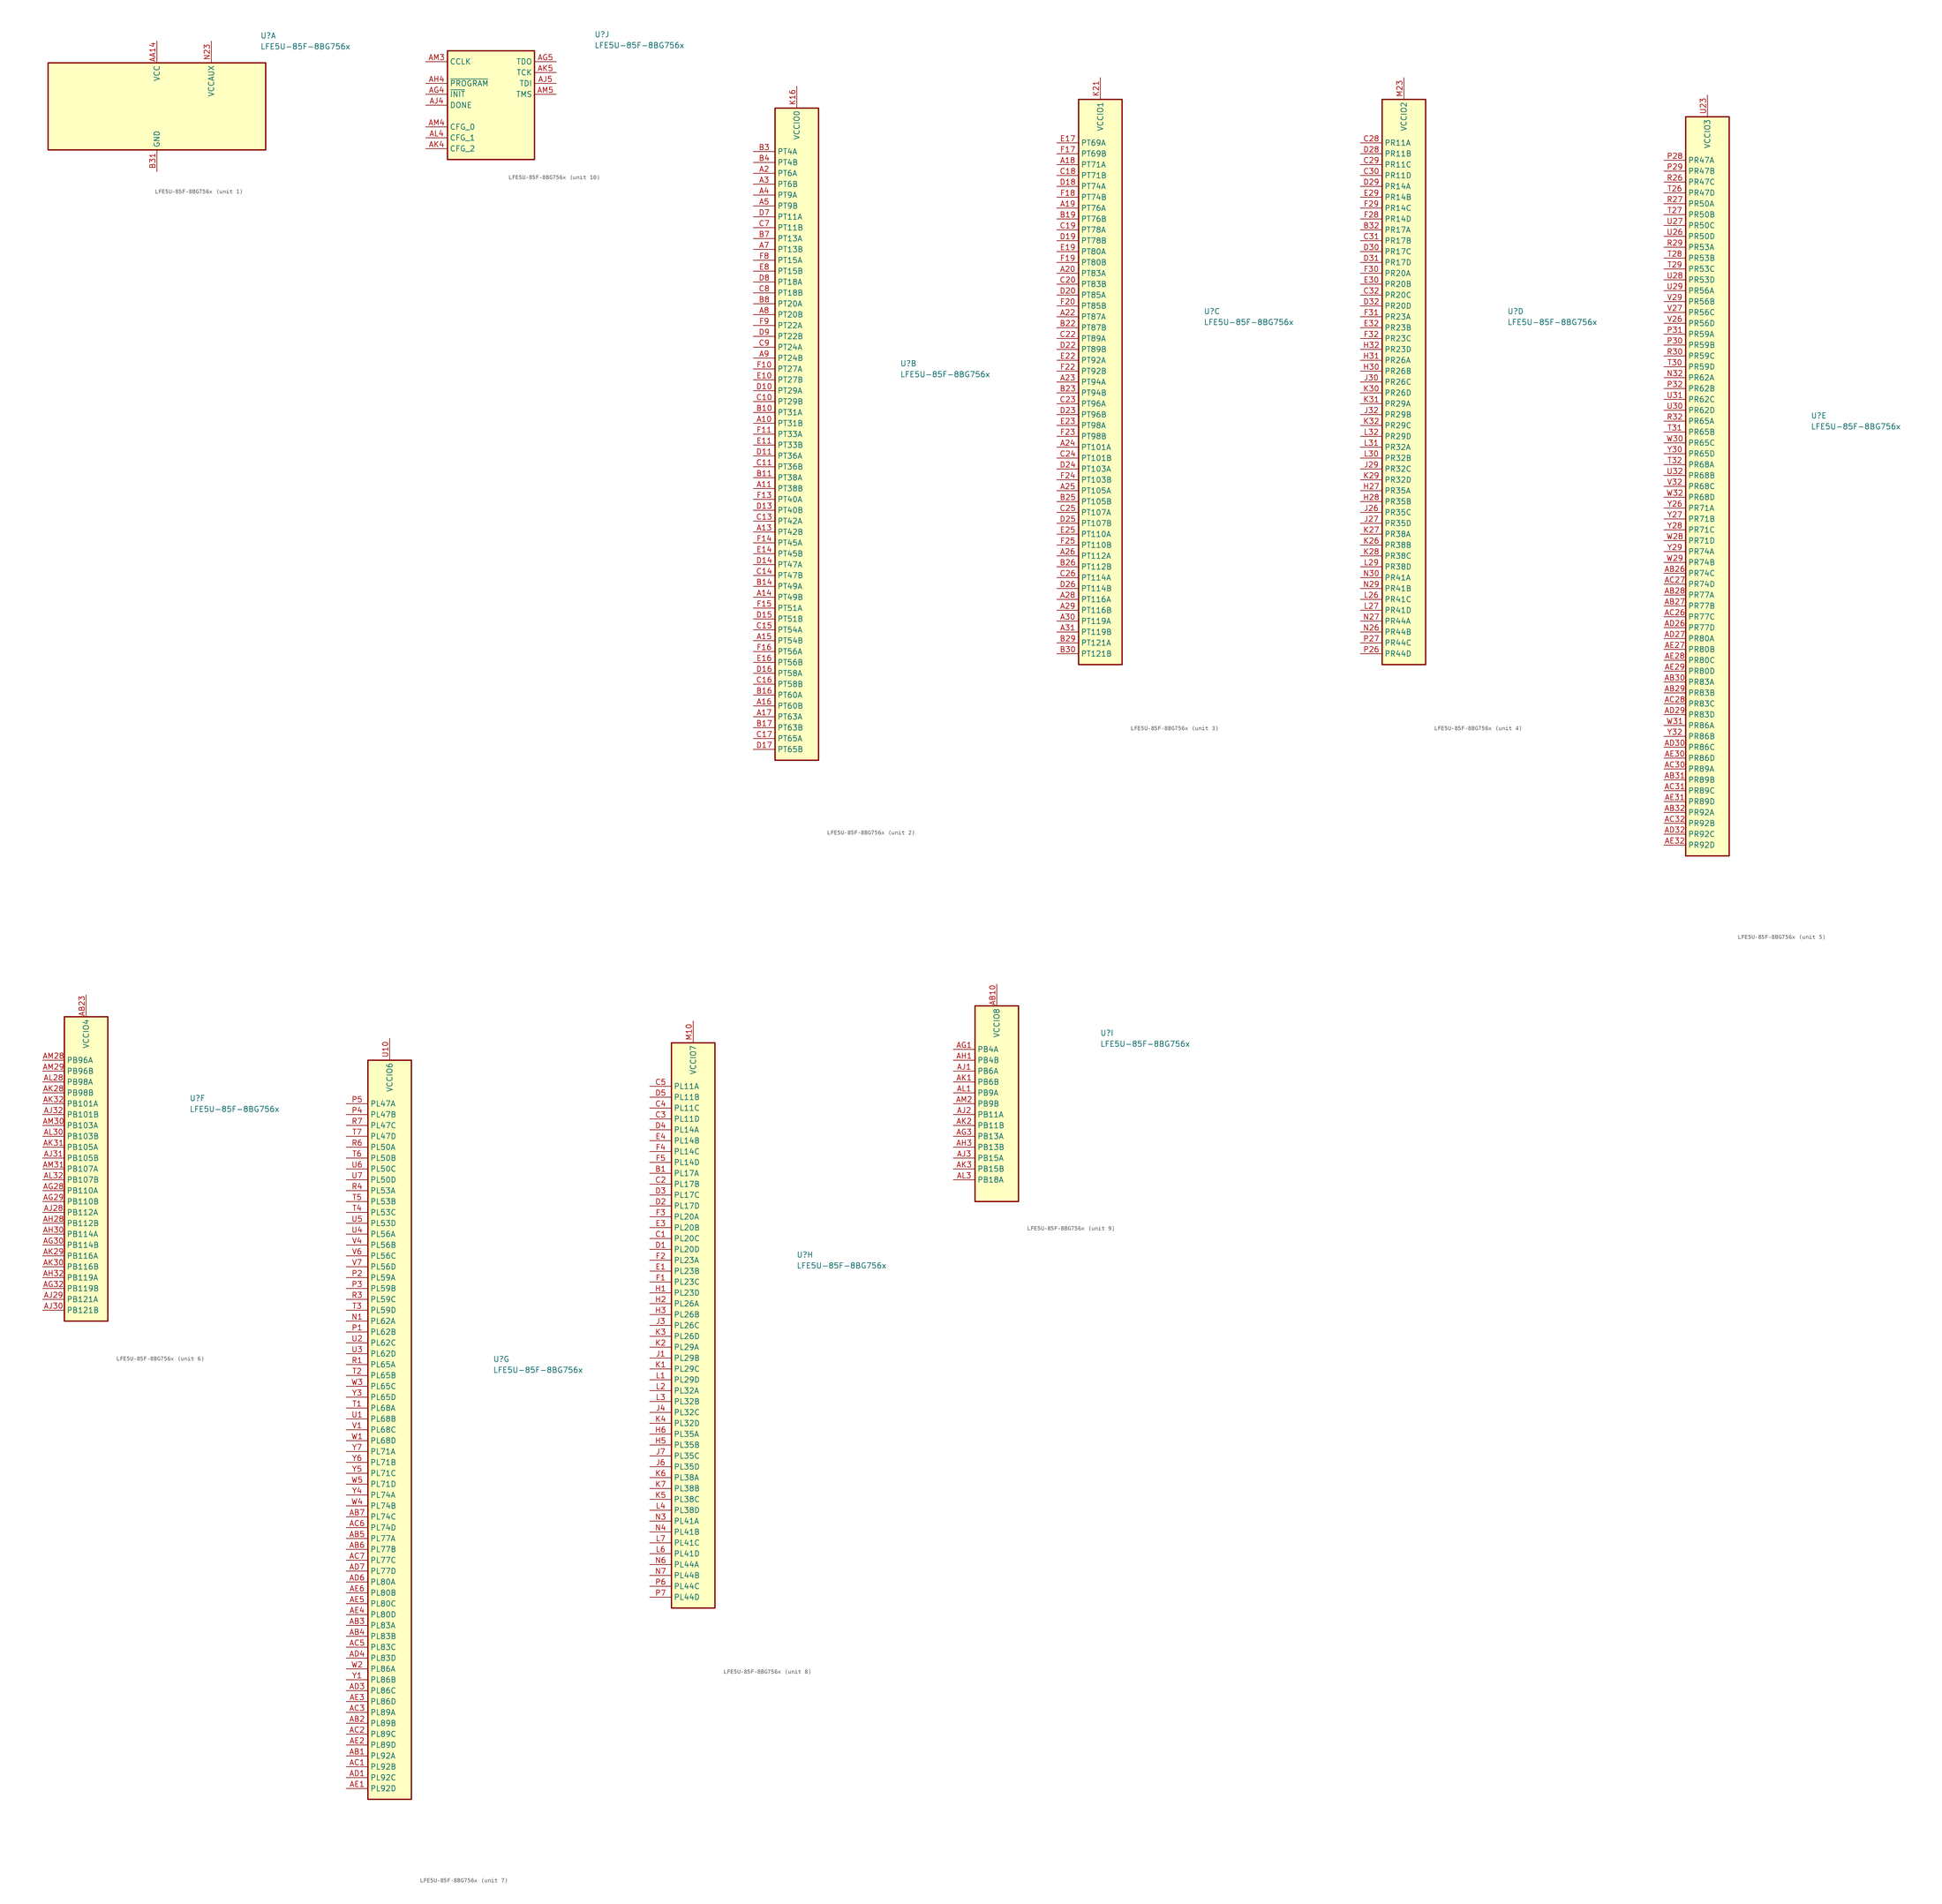
<source format=kicad_sym>
(kicad_symbol_lib
  (version 20241209)
  (generator "kicad_symbol_editor")
  (generator_version "9.0")
  (symbol "LFE5U-85F-8BG756x"
    (property "Reference" "U"
      (at 24.13 16.51 0)
      (effects (font (size 1.27 1.27)) (justify left)))
    (property "Value" "LFE5U-85F-8BG756x"
      (at 24.13 13.97 0)
      (effects (font (size 1.27 1.27)) (justify left)))
    (property "ki_locked" ""
      (at 0 0 0)
      (effects (font (size 1.27 1.27))))
    (symbol "LFE5U-85F-8BG756x_1_1"
      (rectangle (start -25.4 10.16) (end 25.4 -10.16) (stroke (width 0.305) (type default)) (fill (type background)))
      (pin no_connect line (at -25.4 2.54 0) (length 5.08) (hide yes) (name "RESERVED" (effects (font (size 1.27 1.27)))) (number "AK9" (effects (font (size 1.27 1.27)))))
      (pin no_connect line (at -25.4 0 0) (length 5.08) (hide yes) (name "RESERVED" (effects (font (size 1.27 1.27)))) (number "AK10" (effects (font (size 1.27 1.27)))))
      (pin no_connect line (at -25.4 -2.54 0) (length 5.08) (hide yes) (name "RESERVED" (effects (font (size 1.27 1.27)))) (number "AK12" (effects (font (size 1.27 1.27)))))
      (pin no_connect line (at -25.4 -5.08 0) (length 5.08) (hide yes) (name "RESERVED" (effects (font (size 1.27 1.27)))) (number "AK13" (effects (font (size 1.27 1.27)))))
      (pin no_connect line (at -22.86 -10.16 90) (length 5.08) (hide yes) (name "NC" (effects (font (size 1.27 1.27)))) (number "G15" (effects (font (size 1.27 1.27)))))
      (pin no_connect line (at -20.32 -10.16 90) (length 5.08) (hide yes) (name "NC" (effects (font (size 1.27 1.27)))) (number "G14" (effects (font (size 1.27 1.27)))))
      (pin no_connect line (at -17.78 -10.16 90) (length 5.08) (hide yes) (name "NC" (effects (font (size 1.27 1.27)))) (number "AG24" (effects (font (size 1.27 1.27)))))
      (pin no_connect line (at -15.24 -10.16 90) (length 5.08) (hide yes) (name "NC" (effects (font (size 1.27 1.27)))) (number "G23" (effects (font (size 1.27 1.27)))))
      (pin no_connect line (at -12.7 -10.16 90) (length 5.08) (hide yes) (name "NC" (effects (font (size 1.27 1.27)))) (number "G22" (effects (font (size 1.27 1.27)))))
      (pin no_connect line (at -10.16 -10.16 90) (length 5.08) (hide yes) (name "NC" (effects (font (size 1.27 1.27)))) (number "G19" (effects (font (size 1.27 1.27)))))
      (pin no_connect line (at -7.62 -10.16 90) (length 5.08) (hide yes) (name "NC" (effects (font (size 1.27 1.27)))) (number "G18" (effects (font (size 1.27 1.27)))))
      (pin no_connect line (at -5.08 -10.16 90) (length 5.08) (hide yes) (name "NC" (effects (font (size 1.27 1.27)))) (number "G17" (effects (font (size 1.27 1.27)))))
      (pin no_connect line (at -2.54 10.16 270) (length 5.08) (hide yes) (name "NC" (effects (font (size 1.27 1.27)))) (number "G9" (effects (font (size 1.27 1.27)))))
      (pin no_connect line (at -2.54 -10.16 90) (length 5.08) (hide yes) (name "NC" (effects (font (size 1.27 1.27)))) (number "G16" (effects (font (size 1.27 1.27)))))
      (pin passive line (at 0 15.24 270) (length 5.08) (hide yes) (name "VCC" (effects (font (size 1.27 1.27)))) (number "AA12" (effects (font (size 1.27 1.27)))))
      (pin passive line (at 0 15.24 270) (length 5.08) (hide yes) (name "VCC" (effects (font (size 1.27 1.27)))) (number "AA13" (effects (font (size 1.27 1.27)))))
      (pin power_in line (at 0 15.24 270) (length 5.08) (name "VCC" (effects (font (size 1.27 1.27)))) (number "AA14" (effects (font (size 1.27 1.27)))))
      (pin passive line (at 0 15.24 270) (length 5.08) (hide yes) (name "VCC" (effects (font (size 1.27 1.27)))) (number "AA15" (effects (font (size 1.27 1.27)))))
      (pin passive line (at 0 15.24 270) (length 5.08) (hide yes) (name "VCC" (effects (font (size 1.27 1.27)))) (number "AA16" (effects (font (size 1.27 1.27)))))
      (pin passive line (at 0 15.24 270) (length 5.08) (hide yes) (name "VCC" (effects (font (size 1.27 1.27)))) (number "AA17" (effects (font (size 1.27 1.27)))))
      (pin passive line (at 0 15.24 270) (length 5.08) (hide yes) (name "VCC" (effects (font (size 1.27 1.27)))) (number "AA18" (effects (font (size 1.27 1.27)))))
      (pin passive line (at 0 15.24 270) (length 5.08) (hide yes) (name "VCC" (effects (font (size 1.27 1.27)))) (number "AA19" (effects (font (size 1.27 1.27)))))
      (pin passive line (at 0 15.24 270) (length 5.08) (hide yes) (name "VCC" (effects (font (size 1.27 1.27)))) (number "AA20" (effects (font (size 1.27 1.27)))))
      (pin passive line (at 0 15.24 270) (length 5.08) (hide yes) (name "VCC" (effects (font (size 1.27 1.27)))) (number "AA21" (effects (font (size 1.27 1.27)))))
      (pin passive line (at 0 15.24 270) (length 5.08) (hide yes) (name "VCC" (effects (font (size 1.27 1.27)))) (number "M12" (effects (font (size 1.27 1.27)))))
      (pin passive line (at 0 15.24 270) (length 5.08) (hide yes) (name "VCC" (effects (font (size 1.27 1.27)))) (number "M13" (effects (font (size 1.27 1.27)))))
      (pin passive line (at 0 15.24 270) (length 5.08) (hide yes) (name "VCC" (effects (font (size 1.27 1.27)))) (number "M14" (effects (font (size 1.27 1.27)))))
      (pin passive line (at 0 15.24 270) (length 5.08) (hide yes) (name "VCC" (effects (font (size 1.27 1.27)))) (number "M15" (effects (font (size 1.27 1.27)))))
      (pin passive line (at 0 15.24 270) (length 5.08) (hide yes) (name "VCC" (effects (font (size 1.27 1.27)))) (number "M16" (effects (font (size 1.27 1.27)))))
      (pin passive line (at 0 15.24 270) (length 5.08) (hide yes) (name "VCC" (effects (font (size 1.27 1.27)))) (number "M17" (effects (font (size 1.27 1.27)))))
      (pin passive line (at 0 15.24 270) (length 5.08) (hide yes) (name "VCC" (effects (font (size 1.27 1.27)))) (number "M18" (effects (font (size 1.27 1.27)))))
      (pin passive line (at 0 15.24 270) (length 5.08) (hide yes) (name "VCC" (effects (font (size 1.27 1.27)))) (number "M19" (effects (font (size 1.27 1.27)))))
      (pin passive line (at 0 15.24 270) (length 5.08) (hide yes) (name "VCC" (effects (font (size 1.27 1.27)))) (number "M20" (effects (font (size 1.27 1.27)))))
      (pin passive line (at 0 15.24 270) (length 5.08) (hide yes) (name "VCC" (effects (font (size 1.27 1.27)))) (number "M21" (effects (font (size 1.27 1.27)))))
      (pin passive line (at 0 15.24 270) (length 5.08) (hide yes) (name "VCC" (effects (font (size 1.27 1.27)))) (number "N12" (effects (font (size 1.27 1.27)))))
      (pin passive line (at 0 15.24 270) (length 5.08) (hide yes) (name "VCC" (effects (font (size 1.27 1.27)))) (number "N21" (effects (font (size 1.27 1.27)))))
      (pin passive line (at 0 15.24 270) (length 5.08) (hide yes) (name "VCC" (effects (font (size 1.27 1.27)))) (number "P12" (effects (font (size 1.27 1.27)))))
      (pin passive line (at 0 15.24 270) (length 5.08) (hide yes) (name "VCC" (effects (font (size 1.27 1.27)))) (number "P21" (effects (font (size 1.27 1.27)))))
      (pin passive line (at 0 15.24 270) (length 5.08) (hide yes) (name "VCC" (effects (font (size 1.27 1.27)))) (number "R12" (effects (font (size 1.27 1.27)))))
      (pin passive line (at 0 15.24 270) (length 5.08) (hide yes) (name "VCC" (effects (font (size 1.27 1.27)))) (number "R21" (effects (font (size 1.27 1.27)))))
      (pin passive line (at 0 15.24 270) (length 5.08) (hide yes) (name "VCC" (effects (font (size 1.27 1.27)))) (number "T12" (effects (font (size 1.27 1.27)))))
      (pin passive line (at 0 15.24 270) (length 5.08) (hide yes) (name "VCC" (effects (font (size 1.27 1.27)))) (number "T21" (effects (font (size 1.27 1.27)))))
      (pin passive line (at 0 15.24 270) (length 5.08) (hide yes) (name "VCC" (effects (font (size 1.27 1.27)))) (number "U12" (effects (font (size 1.27 1.27)))))
      (pin passive line (at 0 15.24 270) (length 5.08) (hide yes) (name "VCC" (effects (font (size 1.27 1.27)))) (number "U21" (effects (font (size 1.27 1.27)))))
      (pin passive line (at 0 15.24 270) (length 5.08) (hide yes) (name "VCC" (effects (font (size 1.27 1.27)))) (number "V12" (effects (font (size 1.27 1.27)))))
      (pin passive line (at 0 15.24 270) (length 5.08) (hide yes) (name "VCC" (effects (font (size 1.27 1.27)))) (number "V21" (effects (font (size 1.27 1.27)))))
      (pin passive line (at 0 15.24 270) (length 5.08) (hide yes) (name "VCC" (effects (font (size 1.27 1.27)))) (number "W12" (effects (font (size 1.27 1.27)))))
      (pin passive line (at 0 15.24 270) (length 5.08) (hide yes) (name "VCC" (effects (font (size 1.27 1.27)))) (number "W21" (effects (font (size 1.27 1.27)))))
      (pin passive line (at 0 15.24 270) (length 5.08) (hide yes) (name "VCC" (effects (font (size 1.27 1.27)))) (number "Y12" (effects (font (size 1.27 1.27)))))
      (pin passive line (at 0 15.24 270) (length 5.08) (hide yes) (name "VCC" (effects (font (size 1.27 1.27)))) (number "Y21" (effects (font (size 1.27 1.27)))))
      (pin passive line (at 0 -15.24 90) (length 5.08) (hide yes) (name "GND" (effects (font (size 1.27 1.27)))) (number "AA11" (effects (font (size 1.27 1.27)))))
      (pin passive line (at 0 -15.24 90) (length 5.08) (hide yes) (name "GND" (effects (font (size 1.27 1.27)))) (number "AA22" (effects (font (size 1.27 1.27)))))
      (pin passive line (at 0 -15.24 90) (length 5.08) (hide yes) (name "GND" (effects (font (size 1.27 1.27)))) (number "AB11" (effects (font (size 1.27 1.27)))))
      (pin passive line (at 0 -15.24 90) (length 5.08) (hide yes) (name "GND" (effects (font (size 1.27 1.27)))) (number "AB12" (effects (font (size 1.27 1.27)))))
      (pin passive line (at 0 -15.24 90) (length 5.08) (hide yes) (name "GND" (effects (font (size 1.27 1.27)))) (number "AB13" (effects (font (size 1.27 1.27)))))
      (pin passive line (at 0 -15.24 90) (length 5.08) (hide yes) (name "GND" (effects (font (size 1.27 1.27)))) (number "AB14" (effects (font (size 1.27 1.27)))))
      (pin passive line (at 0 -15.24 90) (length 5.08) (hide yes) (name "GND" (effects (font (size 1.27 1.27)))) (number "AB15" (effects (font (size 1.27 1.27)))))
      (pin passive line (at 0 -15.24 90) (length 5.08) (hide yes) (name "GND" (effects (font (size 1.27 1.27)))) (number "AB16" (effects (font (size 1.27 1.27)))))
      (pin passive line (at 0 -15.24 90) (length 5.08) (hide yes) (name "GND" (effects (font (size 1.27 1.27)))) (number "AB17" (effects (font (size 1.27 1.27)))))
      (pin passive line (at 0 -15.24 90) (length 5.08) (hide yes) (name "GND" (effects (font (size 1.27 1.27)))) (number "AB18" (effects (font (size 1.27 1.27)))))
      (pin passive line (at 0 -15.24 90) (length 5.08) (hide yes) (name "GND" (effects (font (size 1.27 1.27)))) (number "AB19" (effects (font (size 1.27 1.27)))))
      (pin passive line (at 0 -15.24 90) (length 5.08) (hide yes) (name "GND" (effects (font (size 1.27 1.27)))) (number "AB20" (effects (font (size 1.27 1.27)))))
      (pin passive line (at 0 -15.24 90) (length 5.08) (hide yes) (name "GND" (effects (font (size 1.27 1.27)))) (number "AB21" (effects (font (size 1.27 1.27)))))
      (pin passive line (at 0 -15.24 90) (length 5.08) (hide yes) (name "GND" (effects (font (size 1.27 1.27)))) (number "AB22" (effects (font (size 1.27 1.27)))))
      (pin passive line (at 0 -15.24 90) (length 5.08) (hide yes) (name "GND" (effects (font (size 1.27 1.27)))) (number "AC12" (effects (font (size 1.27 1.27)))))
      (pin passive line (at 0 -15.24 90) (length 5.08) (hide yes) (name "GND" (effects (font (size 1.27 1.27)))) (number "AC13" (effects (font (size 1.27 1.27)))))
      (pin passive line (at 0 -15.24 90) (length 5.08) (hide yes) (name "GND" (effects (font (size 1.27 1.27)))) (number "AC14" (effects (font (size 1.27 1.27)))))
      (pin passive line (at 0 -15.24 90) (length 5.08) (hide yes) (name "GND" (effects (font (size 1.27 1.27)))) (number "AC15" (effects (font (size 1.27 1.27)))))
      (pin passive line (at 0 -15.24 90) (length 5.08) (hide yes) (name "GND" (effects (font (size 1.27 1.27)))) (number "AC16" (effects (font (size 1.27 1.27)))))
      (pin passive line (at 0 -15.24 90) (length 5.08) (hide yes) (name "GND" (effects (font (size 1.27 1.27)))) (number "AC17" (effects (font (size 1.27 1.27)))))
      (pin passive line (at 0 -15.24 90) (length 5.08) (hide yes) (name "GND" (effects (font (size 1.27 1.27)))) (number "AC18" (effects (font (size 1.27 1.27)))))
      (pin passive line (at 0 -15.24 90) (length 5.08) (hide yes) (name "GND" (effects (font (size 1.27 1.27)))) (number "AC19" (effects (font (size 1.27 1.27)))))
      (pin passive line (at 0 -15.24 90) (length 5.08) (hide yes) (name "GND" (effects (font (size 1.27 1.27)))) (number "AC20" (effects (font (size 1.27 1.27)))))
      (pin passive line (at 0 -15.24 90) (length 5.08) (hide yes) (name "GND" (effects (font (size 1.27 1.27)))) (number "AC21" (effects (font (size 1.27 1.27)))))
      (pin passive line (at 0 -15.24 90) (length 5.08) (hide yes) (name "GND" (effects (font (size 1.27 1.27)))) (number "AD2" (effects (font (size 1.27 1.27)))))
      (pin passive line (at 0 -15.24 90) (length 5.08) (hide yes) (name "GND" (effects (font (size 1.27 1.27)))) (number "AD28" (effects (font (size 1.27 1.27)))))
      (pin passive line (at 0 -15.24 90) (length 5.08) (hide yes) (name "GND" (effects (font (size 1.27 1.27)))) (number "AD31" (effects (font (size 1.27 1.27)))))
      (pin passive line (at 0 -15.24 90) (length 5.08) (hide yes) (name "GND" (effects (font (size 1.27 1.27)))) (number "AD5" (effects (font (size 1.27 1.27)))))
      (pin passive line (at 0 -15.24 90) (length 5.08) (hide yes) (name "GND" (effects (font (size 1.27 1.27)))) (number "AF11" (effects (font (size 1.27 1.27)))))
      (pin passive line (at 0 -15.24 90) (length 5.08) (hide yes) (name "GND" (effects (font (size 1.27 1.27)))) (number "AF12" (effects (font (size 1.27 1.27)))))
      (pin passive line (at 0 -15.24 90) (length 5.08) (hide yes) (name "GND" (effects (font (size 1.27 1.27)))) (number "AF14" (effects (font (size 1.27 1.27)))))
      (pin passive line (at 0 -15.24 90) (length 5.08) (hide yes) (name "GND" (effects (font (size 1.27 1.27)))) (number "AF15" (effects (font (size 1.27 1.27)))))
      (pin passive line (at 0 -15.24 90) (length 5.08) (hide yes) (name "GND" (effects (font (size 1.27 1.27)))) (number "AF16" (effects (font (size 1.27 1.27)))))
      (pin passive line (at 0 -15.24 90) (length 5.08) (hide yes) (name "GND" (effects (font (size 1.27 1.27)))) (number "AF17" (effects (font (size 1.27 1.27)))))
      (pin passive line (at 0 -15.24 90) (length 5.08) (hide yes) (name "GND" (effects (font (size 1.27 1.27)))) (number "AF19" (effects (font (size 1.27 1.27)))))
      (pin passive line (at 0 -15.24 90) (length 5.08) (hide yes) (name "GND" (effects (font (size 1.27 1.27)))) (number "AF20" (effects (font (size 1.27 1.27)))))
      (pin passive line (at 0 -15.24 90) (length 5.08) (hide yes) (name "GND" (effects (font (size 1.27 1.27)))) (number "AF22" (effects (font (size 1.27 1.27)))))
      (pin passive line (at 0 -15.24 90) (length 5.08) (hide yes) (name "GND" (effects (font (size 1.27 1.27)))) (number "AF23" (effects (font (size 1.27 1.27)))))
      (pin passive line (at 0 -15.24 90) (length 5.08) (hide yes) (name "GND" (effects (font (size 1.27 1.27)))) (number "AG11" (effects (font (size 1.27 1.27)))))
      (pin passive line (at 0 -15.24 90) (length 5.08) (hide yes) (name "GND" (effects (font (size 1.27 1.27)))) (number "AG12" (effects (font (size 1.27 1.27)))))
      (pin passive line (at 0 -15.24 90) (length 5.08) (hide yes) (name "GND" (effects (font (size 1.27 1.27)))) (number "AG14" (effects (font (size 1.27 1.27)))))
      (pin passive line (at 0 -15.24 90) (length 5.08) (hide yes) (name "GND" (effects (font (size 1.27 1.27)))) (number "AG15" (effects (font (size 1.27 1.27)))))
      (pin passive line (at 0 -15.24 90) (length 5.08) (hide yes) (name "GND" (effects (font (size 1.27 1.27)))) (number "AG16" (effects (font (size 1.27 1.27)))))
      (pin passive line (at 0 -15.24 90) (length 5.08) (hide yes) (name "GND" (effects (font (size 1.27 1.27)))) (number "AG17" (effects (font (size 1.27 1.27)))))
      (pin passive line (at 0 -15.24 90) (length 5.08) (hide yes) (name "GND" (effects (font (size 1.27 1.27)))) (number "AG19" (effects (font (size 1.27 1.27)))))
      (pin passive line (at 0 -15.24 90) (length 5.08) (hide yes) (name "GND" (effects (font (size 1.27 1.27)))) (number "AG20" (effects (font (size 1.27 1.27)))))
      (pin passive line (at 0 -15.24 90) (length 5.08) (hide yes) (name "GND" (effects (font (size 1.27 1.27)))) (number "AG22" (effects (font (size 1.27 1.27)))))
      (pin passive line (at 0 -15.24 90) (length 5.08) (hide yes) (name "GND" (effects (font (size 1.27 1.27)))) (number "AG23" (effects (font (size 1.27 1.27)))))
      (pin passive line (at 0 -15.24 90) (length 5.08) (hide yes) (name "GND" (effects (font (size 1.27 1.27)))) (number "AG9" (effects (font (size 1.27 1.27)))))
      (pin passive line (at 0 -15.24 90) (length 5.08) (hide yes) (name "GND" (effects (font (size 1.27 1.27)))) (number "AH11" (effects (font (size 1.27 1.27)))))
      (pin passive line (at 0 -15.24 90) (length 5.08) (hide yes) (name "GND" (effects (font (size 1.27 1.27)))) (number "AH12" (effects (font (size 1.27 1.27)))))
      (pin passive line (at 0 -15.24 90) (length 5.08) (hide yes) (name "GND" (effects (font (size 1.27 1.27)))) (number "AH14" (effects (font (size 1.27 1.27)))))
      (pin passive line (at 0 -15.24 90) (length 5.08) (hide yes) (name "GND" (effects (font (size 1.27 1.27)))) (number "AH15" (effects (font (size 1.27 1.27)))))
      (pin passive line (at 0 -15.24 90) (length 5.08) (hide yes) (name "GND" (effects (font (size 1.27 1.27)))) (number "AH16" (effects (font (size 1.27 1.27)))))
      (pin passive line (at 0 -15.24 90) (length 5.08) (hide yes) (name "GND" (effects (font (size 1.27 1.27)))) (number "AH17" (effects (font (size 1.27 1.27)))))
      (pin passive line (at 0 -15.24 90) (length 5.08) (hide yes) (name "GND" (effects (font (size 1.27 1.27)))) (number "AH19" (effects (font (size 1.27 1.27)))))
      (pin passive line (at 0 -15.24 90) (length 5.08) (hide yes) (name "GND" (effects (font (size 1.27 1.27)))) (number "AH2" (effects (font (size 1.27 1.27)))))
      (pin passive line (at 0 -15.24 90) (length 5.08) (hide yes) (name "GND" (effects (font (size 1.27 1.27)))) (number "AH20" (effects (font (size 1.27 1.27)))))
      (pin passive line (at 0 -15.24 90) (length 5.08) (hide yes) (name "GND" (effects (font (size 1.27 1.27)))) (number "AH22" (effects (font (size 1.27 1.27)))))
      (pin passive line (at 0 -15.24 90) (length 5.08) (hide yes) (name "GND" (effects (font (size 1.27 1.27)))) (number "AH23" (effects (font (size 1.27 1.27)))))
      (pin passive line (at 0 -15.24 90) (length 5.08) (hide yes) (name "GND" (effects (font (size 1.27 1.27)))) (number "AH24" (effects (font (size 1.27 1.27)))))
      (pin passive line (at 0 -15.24 90) (length 5.08) (hide yes) (name "GND" (effects (font (size 1.27 1.27)))) (number "AH25" (effects (font (size 1.27 1.27)))))
      (pin passive line (at 0 -15.24 90) (length 5.08) (hide yes) (name "GND" (effects (font (size 1.27 1.27)))) (number "AH26" (effects (font (size 1.27 1.27)))))
      (pin passive line (at 0 -15.24 90) (length 5.08) (hide yes) (name "GND" (effects (font (size 1.27 1.27)))) (number "AH29" (effects (font (size 1.27 1.27)))))
      (pin passive line (at 0 -15.24 90) (length 5.08) (hide yes) (name "GND" (effects (font (size 1.27 1.27)))) (number "AH31" (effects (font (size 1.27 1.27)))))
      (pin passive line (at 0 -15.24 90) (length 5.08) (hide yes) (name "GND" (effects (font (size 1.27 1.27)))) (number "AH5" (effects (font (size 1.27 1.27)))))
      (pin passive line (at 0 -15.24 90) (length 5.08) (hide yes) (name "GND" (effects (font (size 1.27 1.27)))) (number "AH7" (effects (font (size 1.27 1.27)))))
      (pin passive line (at 0 -15.24 90) (length 5.08) (hide yes) (name "GND" (effects (font (size 1.27 1.27)))) (number "AH8" (effects (font (size 1.27 1.27)))))
      (pin passive line (at 0 -15.24 90) (length 5.08) (hide yes) (name "GND" (effects (font (size 1.27 1.27)))) (number "AH9" (effects (font (size 1.27 1.27)))))
      (pin passive line (at 0 -15.24 90) (length 5.08) (hide yes) (name "GND" (effects (font (size 1.27 1.27)))) (number "AJ10" (effects (font (size 1.27 1.27)))))
      (pin passive line (at 0 -15.24 90) (length 5.08) (hide yes) (name "GND" (effects (font (size 1.27 1.27)))) (number "AJ11" (effects (font (size 1.27 1.27)))))
      (pin passive line (at 0 -15.24 90) (length 5.08) (hide yes) (name "GND" (effects (font (size 1.27 1.27)))) (number "AJ12" (effects (font (size 1.27 1.27)))))
      (pin passive line (at 0 -15.24 90) (length 5.08) (hide yes) (name "GND" (effects (font (size 1.27 1.27)))) (number "AJ13" (effects (font (size 1.27 1.27)))))
      (pin passive line (at 0 -15.24 90) (length 5.08) (hide yes) (name "GND" (effects (font (size 1.27 1.27)))) (number "AJ14" (effects (font (size 1.27 1.27)))))
      (pin passive line (at 0 -15.24 90) (length 5.08) (hide yes) (name "GND" (effects (font (size 1.27 1.27)))) (number "AJ15" (effects (font (size 1.27 1.27)))))
      (pin passive line (at 0 -15.24 90) (length 5.08) (hide yes) (name "GND" (effects (font (size 1.27 1.27)))) (number "AJ16" (effects (font (size 1.27 1.27)))))
      (pin passive line (at 0 -15.24 90) (length 5.08) (hide yes) (name "GND" (effects (font (size 1.27 1.27)))) (number "AJ17" (effects (font (size 1.27 1.27)))))
      (pin passive line (at 0 -15.24 90) (length 5.08) (hide yes) (name "GND" (effects (font (size 1.27 1.27)))) (number "AJ18" (effects (font (size 1.27 1.27)))))
      (pin passive line (at 0 -15.24 90) (length 5.08) (hide yes) (name "GND" (effects (font (size 1.27 1.27)))) (number "AJ19" (effects (font (size 1.27 1.27)))))
      (pin passive line (at 0 -15.24 90) (length 5.08) (hide yes) (name "GND" (effects (font (size 1.27 1.27)))) (number "AJ20" (effects (font (size 1.27 1.27)))))
      (pin passive line (at 0 -15.24 90) (length 5.08) (hide yes) (name "GND" (effects (font (size 1.27 1.27)))) (number "AJ21" (effects (font (size 1.27 1.27)))))
      (pin passive line (at 0 -15.24 90) (length 5.08) (hide yes) (name "GND" (effects (font (size 1.27 1.27)))) (number "AJ22" (effects (font (size 1.27 1.27)))))
      (pin passive line (at 0 -15.24 90) (length 5.08) (hide yes) (name "GND" (effects (font (size 1.27 1.27)))) (number "AJ23" (effects (font (size 1.27 1.27)))))
      (pin passive line (at 0 -15.24 90) (length 5.08) (hide yes) (name "GND" (effects (font (size 1.27 1.27)))) (number "AJ24" (effects (font (size 1.27 1.27)))))
      (pin passive line (at 0 -15.24 90) (length 5.08) (hide yes) (name "GND" (effects (font (size 1.27 1.27)))) (number "AJ25" (effects (font (size 1.27 1.27)))))
      (pin passive line (at 0 -15.24 90) (length 5.08) (hide yes) (name "GND" (effects (font (size 1.27 1.27)))) (number "AJ26" (effects (font (size 1.27 1.27)))))
      (pin passive line (at 0 -15.24 90) (length 5.08) (hide yes) (name "GND" (effects (font (size 1.27 1.27)))) (number "AJ7" (effects (font (size 1.27 1.27)))))
      (pin passive line (at 0 -15.24 90) (length 5.08) (hide yes) (name "GND" (effects (font (size 1.27 1.27)))) (number "AJ8" (effects (font (size 1.27 1.27)))))
      (pin passive line (at 0 -15.24 90) (length 5.08) (hide yes) (name "GND" (effects (font (size 1.27 1.27)))) (number "AJ9" (effects (font (size 1.27 1.27)))))
      (pin passive line (at 0 -15.24 90) (length 5.08) (hide yes) (name "GND" (effects (font (size 1.27 1.27)))) (number "AK11" (effects (font (size 1.27 1.27)))))
      (pin passive line (at 0 -15.24 90) (length 5.08) (hide yes) (name "GND" (effects (font (size 1.27 1.27)))) (number "AK14" (effects (font (size 1.27 1.27)))))
      (pin passive line (at 0 -15.24 90) (length 5.08) (hide yes) (name "GND" (effects (font (size 1.27 1.27)))) (number "AK17" (effects (font (size 1.27 1.27)))))
      (pin passive line (at 0 -15.24 90) (length 5.08) (hide yes) (name "GND" (effects (font (size 1.27 1.27)))) (number "AK20" (effects (font (size 1.27 1.27)))))
      (pin passive line (at 0 -15.24 90) (length 5.08) (hide yes) (name "GND" (effects (font (size 1.27 1.27)))) (number "AK23" (effects (font (size 1.27 1.27)))))
      (pin passive line (at 0 -15.24 90) (length 5.08) (hide yes) (name "GND" (effects (font (size 1.27 1.27)))) (number "AK26" (effects (font (size 1.27 1.27)))))
      (pin passive line (at 0 -15.24 90) (length 5.08) (hide yes) (name "GND" (effects (font (size 1.27 1.27)))) (number "AK7" (effects (font (size 1.27 1.27)))))
      (pin passive line (at 0 -15.24 90) (length 5.08) (hide yes) (name "GND" (effects (font (size 1.27 1.27)))) (number "AK8" (effects (font (size 1.27 1.27)))))
      (pin passive line (at 0 -15.24 90) (length 5.08) (hide yes) (name "GND" (effects (font (size 1.27 1.27)))) (number "AL11" (effects (font (size 1.27 1.27)))))
      (pin passive line (at 0 -15.24 90) (length 5.08) (hide yes) (name "GND" (effects (font (size 1.27 1.27)))) (number "AL12" (effects (font (size 1.27 1.27)))))
      (pin passive line (at 0 -15.24 90) (length 5.08) (hide yes) (name "GND" (effects (font (size 1.27 1.27)))) (number "AL14" (effects (font (size 1.27 1.27)))))
      (pin passive line (at 0 -15.24 90) (length 5.08) (hide yes) (name "GND" (effects (font (size 1.27 1.27)))) (number "AL15" (effects (font (size 1.27 1.27)))))
      (pin passive line (at 0 -15.24 90) (length 5.08) (hide yes) (name "GND" (effects (font (size 1.27 1.27)))) (number "AL17" (effects (font (size 1.27 1.27)))))
      (pin passive line (at 0 -15.24 90) (length 5.08) (hide yes) (name "GND" (effects (font (size 1.27 1.27)))) (number "AL18" (effects (font (size 1.27 1.27)))))
      (pin passive line (at 0 -15.24 90) (length 5.08) (hide yes) (name "GND" (effects (font (size 1.27 1.27)))) (number "AL2" (effects (font (size 1.27 1.27)))))
      (pin passive line (at 0 -15.24 90) (length 5.08) (hide yes) (name "GND" (effects (font (size 1.27 1.27)))) (number "AL20" (effects (font (size 1.27 1.27)))))
      (pin passive line (at 0 -15.24 90) (length 5.08) (hide yes) (name "GND" (effects (font (size 1.27 1.27)))) (number "AL21" (effects (font (size 1.27 1.27)))))
      (pin passive line (at 0 -15.24 90) (length 5.08) (hide yes) (name "GND" (effects (font (size 1.27 1.27)))) (number "AL23" (effects (font (size 1.27 1.27)))))
      (pin passive line (at 0 -15.24 90) (length 5.08) (hide yes) (name "GND" (effects (font (size 1.27 1.27)))) (number "AL24" (effects (font (size 1.27 1.27)))))
      (pin passive line (at 0 -15.24 90) (length 5.08) (hide yes) (name "GND" (effects (font (size 1.27 1.27)))) (number "AL26" (effects (font (size 1.27 1.27)))))
      (pin passive line (at 0 -15.24 90) (length 5.08) (hide yes) (name "GND" (effects (font (size 1.27 1.27)))) (number "AL29" (effects (font (size 1.27 1.27)))))
      (pin passive line (at 0 -15.24 90) (length 5.08) (hide yes) (name "GND" (effects (font (size 1.27 1.27)))) (number "AL31" (effects (font (size 1.27 1.27)))))
      (pin passive line (at 0 -15.24 90) (length 5.08) (hide yes) (name "GND" (effects (font (size 1.27 1.27)))) (number "AL5" (effects (font (size 1.27 1.27)))))
      (pin passive line (at 0 -15.24 90) (length 5.08) (hide yes) (name "GND" (effects (font (size 1.27 1.27)))) (number "AL7" (effects (font (size 1.27 1.27)))))
      (pin passive line (at 0 -15.24 90) (length 5.08) (hide yes) (name "GND" (effects (font (size 1.27 1.27)))) (number "AL8" (effects (font (size 1.27 1.27)))))
      (pin passive line (at 0 -15.24 90) (length 5.08) (hide yes) (name "GND" (effects (font (size 1.27 1.27)))) (number "AL9" (effects (font (size 1.27 1.27)))))
      (pin passive line (at 0 -15.24 90) (length 5.08) (hide yes) (name "GND" (effects (font (size 1.27 1.27)))) (number "AM11" (effects (font (size 1.27 1.27)))))
      (pin passive line (at 0 -15.24 90) (length 5.08) (hide yes) (name "GND" (effects (font (size 1.27 1.27)))) (number "AM12" (effects (font (size 1.27 1.27)))))
      (pin passive line (at 0 -15.24 90) (length 5.08) (hide yes) (name "GND" (effects (font (size 1.27 1.27)))) (number "AM14" (effects (font (size 1.27 1.27)))))
      (pin passive line (at 0 -15.24 90) (length 5.08) (hide yes) (name "GND" (effects (font (size 1.27 1.27)))) (number "AM15" (effects (font (size 1.27 1.27)))))
      (pin passive line (at 0 -15.24 90) (length 5.08) (hide yes) (name "GND" (effects (font (size 1.27 1.27)))) (number "AM17" (effects (font (size 1.27 1.27)))))
      (pin passive line (at 0 -15.24 90) (length 5.08) (hide yes) (name "GND" (effects (font (size 1.27 1.27)))) (number "AM18" (effects (font (size 1.27 1.27)))))
      (pin passive line (at 0 -15.24 90) (length 5.08) (hide yes) (name "GND" (effects (font (size 1.27 1.27)))) (number "AM20" (effects (font (size 1.27 1.27)))))
      (pin passive line (at 0 -15.24 90) (length 5.08) (hide yes) (name "GND" (effects (font (size 1.27 1.27)))) (number "AM21" (effects (font (size 1.27 1.27)))))
      (pin passive line (at 0 -15.24 90) (length 5.08) (hide yes) (name "GND" (effects (font (size 1.27 1.27)))) (number "AM23" (effects (font (size 1.27 1.27)))))
      (pin passive line (at 0 -15.24 90) (length 5.08) (hide yes) (name "GND" (effects (font (size 1.27 1.27)))) (number "AM24" (effects (font (size 1.27 1.27)))))
      (pin passive line (at 0 -15.24 90) (length 5.08) (hide yes) (name "GND" (effects (font (size 1.27 1.27)))) (number "AM26" (effects (font (size 1.27 1.27)))))
      (pin passive line (at 0 -15.24 90) (length 5.08) (hide yes) (name "GND" (effects (font (size 1.27 1.27)))) (number "AM7" (effects (font (size 1.27 1.27)))))
      (pin passive line (at 0 -15.24 90) (length 5.08) (hide yes) (name "GND" (effects (font (size 1.27 1.27)))) (number "AM8" (effects (font (size 1.27 1.27)))))
      (pin passive line (at 0 -15.24 90) (length 5.08) (hide yes) (name "GND" (effects (font (size 1.27 1.27)))) (number "AM9" (effects (font (size 1.27 1.27)))))
      (pin passive line (at 0 -15.24 90) (length 5.08) (hide yes) (name "GND" (effects (font (size 1.27 1.27)))) (number "B13" (effects (font (size 1.27 1.27)))))
      (pin passive line (at 0 -15.24 90) (length 5.08) (hide yes) (name "GND" (effects (font (size 1.27 1.27)))) (number "B15" (effects (font (size 1.27 1.27)))))
      (pin passive line (at 0 -15.24 90) (length 5.08) (hide yes) (name "GND" (effects (font (size 1.27 1.27)))) (number "B18" (effects (font (size 1.27 1.27)))))
      (pin passive line (at 0 -15.24 90) (length 5.08) (hide yes) (name "GND" (effects (font (size 1.27 1.27)))) (number "B2" (effects (font (size 1.27 1.27)))))
      (pin passive line (at 0 -15.24 90) (length 5.08) (hide yes) (name "GND" (effects (font (size 1.27 1.27)))) (number "B20" (effects (font (size 1.27 1.27)))))
      (pin passive line (at 0 -15.24 90) (length 5.08) (hide yes) (name "GND" (effects (font (size 1.27 1.27)))) (number "B24" (effects (font (size 1.27 1.27)))))
      (pin passive line (at 0 -15.24 90) (length 5.08) (hide yes) (name "GND" (effects (font (size 1.27 1.27)))) (number "B28" (effects (font (size 1.27 1.27)))))
      (pin power_in line (at 0 -15.24 90) (length 5.08) (name "GND" (effects (font (size 1.27 1.27)))) (number "B31" (effects (font (size 1.27 1.27)))))
      (pin passive line (at 0 -15.24 90) (length 5.08) (hide yes) (name "GND" (effects (font (size 1.27 1.27)))) (number "B5" (effects (font (size 1.27 1.27)))))
      (pin passive line (at 0 -15.24 90) (length 5.08) (hide yes) (name "GND" (effects (font (size 1.27 1.27)))) (number "B9" (effects (font (size 1.27 1.27)))))
      (pin passive line (at 0 -15.24 90) (length 5.08) (hide yes) (name "GND" (effects (font (size 1.27 1.27)))) (number "E13" (effects (font (size 1.27 1.27)))))
      (pin passive line (at 0 -15.24 90) (length 5.08) (hide yes) (name "GND" (effects (font (size 1.27 1.27)))) (number "E15" (effects (font (size 1.27 1.27)))))
      (pin passive line (at 0 -15.24 90) (length 5.08) (hide yes) (name "GND" (effects (font (size 1.27 1.27)))) (number "E18" (effects (font (size 1.27 1.27)))))
      (pin passive line (at 0 -15.24 90) (length 5.08) (hide yes) (name "GND" (effects (font (size 1.27 1.27)))) (number "E2" (effects (font (size 1.27 1.27)))))
      (pin passive line (at 0 -15.24 90) (length 5.08) (hide yes) (name "GND" (effects (font (size 1.27 1.27)))) (number "E20" (effects (font (size 1.27 1.27)))))
      (pin passive line (at 0 -15.24 90) (length 5.08) (hide yes) (name "GND" (effects (font (size 1.27 1.27)))) (number "E24" (effects (font (size 1.27 1.27)))))
      (pin passive line (at 0 -15.24 90) (length 5.08) (hide yes) (name "GND" (effects (font (size 1.27 1.27)))) (number "E28" (effects (font (size 1.27 1.27)))))
      (pin passive line (at 0 -15.24 90) (length 5.08) (hide yes) (name "GND" (effects (font (size 1.27 1.27)))) (number "E31" (effects (font (size 1.27 1.27)))))
      (pin passive line (at 0 -15.24 90) (length 5.08) (hide yes) (name "GND" (effects (font (size 1.27 1.27)))) (number "E5" (effects (font (size 1.27 1.27)))))
      (pin passive line (at 0 -15.24 90) (length 5.08) (hide yes) (name "GND" (effects (font (size 1.27 1.27)))) (number "E9" (effects (font (size 1.27 1.27)))))
      (pin passive line (at 0 -15.24 90) (length 5.08) (hide yes) (name "GND" (effects (font (size 1.27 1.27)))) (number "J2" (effects (font (size 1.27 1.27)))))
      (pin passive line (at 0 -15.24 90) (length 5.08) (hide yes) (name "GND" (effects (font (size 1.27 1.27)))) (number "J28" (effects (font (size 1.27 1.27)))))
      (pin passive line (at 0 -15.24 90) (length 5.08) (hide yes) (name "GND" (effects (font (size 1.27 1.27)))) (number "J31" (effects (font (size 1.27 1.27)))))
      (pin passive line (at 0 -15.24 90) (length 5.08) (hide yes) (name "GND" (effects (font (size 1.27 1.27)))) (number "J5" (effects (font (size 1.27 1.27)))))
      (pin passive line (at 0 -15.24 90) (length 5.08) (hide yes) (name "GND" (effects (font (size 1.27 1.27)))) (number "K10" (effects (font (size 1.27 1.27)))))
      (pin passive line (at 0 -15.24 90) (length 5.08) (hide yes) (name "GND" (effects (font (size 1.27 1.27)))) (number "K11" (effects (font (size 1.27 1.27)))))
      (pin passive line (at 0 -15.24 90) (length 5.08) (hide yes) (name "GND" (effects (font (size 1.27 1.27)))) (number "K22" (effects (font (size 1.27 1.27)))))
      (pin passive line (at 0 -15.24 90) (length 5.08) (hide yes) (name "GND" (effects (font (size 1.27 1.27)))) (number "K23" (effects (font (size 1.27 1.27)))))
      (pin passive line (at 0 -15.24 90) (length 5.08) (hide yes) (name "GND" (effects (font (size 1.27 1.27)))) (number "L10" (effects (font (size 1.27 1.27)))))
      (pin passive line (at 0 -15.24 90) (length 5.08) (hide yes) (name "GND" (effects (font (size 1.27 1.27)))) (number "L11" (effects (font (size 1.27 1.27)))))
      (pin passive line (at 0 -15.24 90) (length 5.08) (hide yes) (name "GND" (effects (font (size 1.27 1.27)))) (number "L12" (effects (font (size 1.27 1.27)))))
      (pin passive line (at 0 -15.24 90) (length 5.08) (hide yes) (name "GND" (effects (font (size 1.27 1.27)))) (number "L13" (effects (font (size 1.27 1.27)))))
      (pin passive line (at 0 -15.24 90) (length 5.08) (hide yes) (name "GND" (effects (font (size 1.27 1.27)))) (number "L14" (effects (font (size 1.27 1.27)))))
      (pin passive line (at 0 -15.24 90) (length 5.08) (hide yes) (name "GND" (effects (font (size 1.27 1.27)))) (number "L15" (effects (font (size 1.27 1.27)))))
      (pin passive line (at 0 -15.24 90) (length 5.08) (hide yes) (name "GND" (effects (font (size 1.27 1.27)))) (number "L16" (effects (font (size 1.27 1.27)))))
      (pin passive line (at 0 -15.24 90) (length 5.08) (hide yes) (name "GND" (effects (font (size 1.27 1.27)))) (number "L17" (effects (font (size 1.27 1.27)))))
      (pin passive line (at 0 -15.24 90) (length 5.08) (hide yes) (name "GND" (effects (font (size 1.27 1.27)))) (number "L18" (effects (font (size 1.27 1.27)))))
      (pin passive line (at 0 -15.24 90) (length 5.08) (hide yes) (name "GND" (effects (font (size 1.27 1.27)))) (number "L19" (effects (font (size 1.27 1.27)))))
      (pin passive line (at 0 -15.24 90) (length 5.08) (hide yes) (name "GND" (effects (font (size 1.27 1.27)))) (number "L20" (effects (font (size 1.27 1.27)))))
      (pin passive line (at 0 -15.24 90) (length 5.08) (hide yes) (name "GND" (effects (font (size 1.27 1.27)))) (number "L21" (effects (font (size 1.27 1.27)))))
      (pin passive line (at 0 -15.24 90) (length 5.08) (hide yes) (name "GND" (effects (font (size 1.27 1.27)))) (number "L22" (effects (font (size 1.27 1.27)))))
      (pin passive line (at 0 -15.24 90) (length 5.08) (hide yes) (name "GND" (effects (font (size 1.27 1.27)))) (number "L23" (effects (font (size 1.27 1.27)))))
      (pin passive line (at 0 -15.24 90) (length 5.08) (hide yes) (name "GND" (effects (font (size 1.27 1.27)))) (number "M11" (effects (font (size 1.27 1.27)))))
      (pin passive line (at 0 -15.24 90) (length 5.08) (hide yes) (name "GND" (effects (font (size 1.27 1.27)))) (number "M22" (effects (font (size 1.27 1.27)))))
      (pin passive line (at 0 -15.24 90) (length 5.08) (hide yes) (name "GND" (effects (font (size 1.27 1.27)))) (number "N11" (effects (font (size 1.27 1.27)))))
      (pin passive line (at 0 -15.24 90) (length 5.08) (hide yes) (name "GND" (effects (font (size 1.27 1.27)))) (number "N13" (effects (font (size 1.27 1.27)))))
      (pin passive line (at 0 -15.24 90) (length 5.08) (hide yes) (name "GND" (effects (font (size 1.27 1.27)))) (number "N14" (effects (font (size 1.27 1.27)))))
      (pin passive line (at 0 -15.24 90) (length 5.08) (hide yes) (name "GND" (effects (font (size 1.27 1.27)))) (number "N15" (effects (font (size 1.27 1.27)))))
      (pin passive line (at 0 -15.24 90) (length 5.08) (hide yes) (name "GND" (effects (font (size 1.27 1.27)))) (number "N16" (effects (font (size 1.27 1.27)))))
      (pin passive line (at 0 -15.24 90) (length 5.08) (hide yes) (name "GND" (effects (font (size 1.27 1.27)))) (number "N17" (effects (font (size 1.27 1.27)))))
      (pin passive line (at 0 -15.24 90) (length 5.08) (hide yes) (name "GND" (effects (font (size 1.27 1.27)))) (number "N18" (effects (font (size 1.27 1.27)))))
      (pin passive line (at 0 -15.24 90) (length 5.08) (hide yes) (name "GND" (effects (font (size 1.27 1.27)))) (number "N19" (effects (font (size 1.27 1.27)))))
      (pin passive line (at 0 -15.24 90) (length 5.08) (hide yes) (name "GND" (effects (font (size 1.27 1.27)))) (number "N2" (effects (font (size 1.27 1.27)))))
      (pin passive line (at 0 -15.24 90) (length 5.08) (hide yes) (name "GND" (effects (font (size 1.27 1.27)))) (number "N20" (effects (font (size 1.27 1.27)))))
      (pin passive line (at 0 -15.24 90) (length 5.08) (hide yes) (name "GND" (effects (font (size 1.27 1.27)))) (number "N22" (effects (font (size 1.27 1.27)))))
      (pin passive line (at 0 -15.24 90) (length 5.08) (hide yes) (name "GND" (effects (font (size 1.27 1.27)))) (number "N28" (effects (font (size 1.27 1.27)))))
      (pin passive line (at 0 -15.24 90) (length 5.08) (hide yes) (name "GND" (effects (font (size 1.27 1.27)))) (number "N31" (effects (font (size 1.27 1.27)))))
      (pin passive line (at 0 -15.24 90) (length 5.08) (hide yes) (name "GND" (effects (font (size 1.27 1.27)))) (number "N5" (effects (font (size 1.27 1.27)))))
      (pin passive line (at 0 -15.24 90) (length 5.08) (hide yes) (name "GND" (effects (font (size 1.27 1.27)))) (number "P11" (effects (font (size 1.27 1.27)))))
      (pin passive line (at 0 -15.24 90) (length 5.08) (hide yes) (name "GND" (effects (font (size 1.27 1.27)))) (number "P13" (effects (font (size 1.27 1.27)))))
      (pin passive line (at 0 -15.24 90) (length 5.08) (hide yes) (name "GND" (effects (font (size 1.27 1.27)))) (number "P14" (effects (font (size 1.27 1.27)))))
      (pin passive line (at 0 -15.24 90) (length 5.08) (hide yes) (name "GND" (effects (font (size 1.27 1.27)))) (number "P15" (effects (font (size 1.27 1.27)))))
      (pin passive line (at 0 -15.24 90) (length 5.08) (hide yes) (name "GND" (effects (font (size 1.27 1.27)))) (number "P16" (effects (font (size 1.27 1.27)))))
      (pin passive line (at 0 -15.24 90) (length 5.08) (hide yes) (name "GND" (effects (font (size 1.27 1.27)))) (number "P17" (effects (font (size 1.27 1.27)))))
      (pin passive line (at 0 -15.24 90) (length 5.08) (hide yes) (name "GND" (effects (font (size 1.27 1.27)))) (number "P18" (effects (font (size 1.27 1.27)))))
      (pin passive line (at 0 -15.24 90) (length 5.08) (hide yes) (name "GND" (effects (font (size 1.27 1.27)))) (number "P19" (effects (font (size 1.27 1.27)))))
      (pin passive line (at 0 -15.24 90) (length 5.08) (hide yes) (name "GND" (effects (font (size 1.27 1.27)))) (number "P20" (effects (font (size 1.27 1.27)))))
      (pin passive line (at 0 -15.24 90) (length 5.08) (hide yes) (name "GND" (effects (font (size 1.27 1.27)))) (number "P22" (effects (font (size 1.27 1.27)))))
      (pin passive line (at 0 -15.24 90) (length 5.08) (hide yes) (name "GND" (effects (font (size 1.27 1.27)))) (number "R11" (effects (font (size 1.27 1.27)))))
      (pin passive line (at 0 -15.24 90) (length 5.08) (hide yes) (name "GND" (effects (font (size 1.27 1.27)))) (number "R13" (effects (font (size 1.27 1.27)))))
      (pin passive line (at 0 -15.24 90) (length 5.08) (hide yes) (name "GND" (effects (font (size 1.27 1.27)))) (number "R14" (effects (font (size 1.27 1.27)))))
      (pin passive line (at 0 -15.24 90) (length 5.08) (hide yes) (name "GND" (effects (font (size 1.27 1.27)))) (number "R15" (effects (font (size 1.27 1.27)))))
      (pin passive line (at 0 -15.24 90) (length 5.08) (hide yes) (name "GND" (effects (font (size 1.27 1.27)))) (number "R16" (effects (font (size 1.27 1.27)))))
      (pin passive line (at 0 -15.24 90) (length 5.08) (hide yes) (name "GND" (effects (font (size 1.27 1.27)))) (number "R17" (effects (font (size 1.27 1.27)))))
      (pin passive line (at 0 -15.24 90) (length 5.08) (hide yes) (name "GND" (effects (font (size 1.27 1.27)))) (number "R18" (effects (font (size 1.27 1.27)))))
      (pin passive line (at 0 -15.24 90) (length 5.08) (hide yes) (name "GND" (effects (font (size 1.27 1.27)))) (number "R19" (effects (font (size 1.27 1.27)))))
      (pin passive line (at 0 -15.24 90) (length 5.08) (hide yes) (name "GND" (effects (font (size 1.27 1.27)))) (number "R2" (effects (font (size 1.27 1.27)))))
      (pin passive line (at 0 -15.24 90) (length 5.08) (hide yes) (name "GND" (effects (font (size 1.27 1.27)))) (number "R20" (effects (font (size 1.27 1.27)))))
      (pin passive line (at 0 -15.24 90) (length 5.08) (hide yes) (name "GND" (effects (font (size 1.27 1.27)))) (number "R22" (effects (font (size 1.27 1.27)))))
      (pin passive line (at 0 -15.24 90) (length 5.08) (hide yes) (name "GND" (effects (font (size 1.27 1.27)))) (number "R28" (effects (font (size 1.27 1.27)))))
      (pin passive line (at 0 -15.24 90) (length 5.08) (hide yes) (name "GND" (effects (font (size 1.27 1.27)))) (number "R31" (effects (font (size 1.27 1.27)))))
      (pin passive line (at 0 -15.24 90) (length 5.08) (hide yes) (name "GND" (effects (font (size 1.27 1.27)))) (number "R5" (effects (font (size 1.27 1.27)))))
      (pin passive line (at 0 -15.24 90) (length 5.08) (hide yes) (name "GND" (effects (font (size 1.27 1.27)))) (number "T11" (effects (font (size 1.27 1.27)))))
      (pin passive line (at 0 -15.24 90) (length 5.08) (hide yes) (name "GND" (effects (font (size 1.27 1.27)))) (number "T13" (effects (font (size 1.27 1.27)))))
      (pin passive line (at 0 -15.24 90) (length 5.08) (hide yes) (name "GND" (effects (font (size 1.27 1.27)))) (number "T14" (effects (font (size 1.27 1.27)))))
      (pin passive line (at 0 -15.24 90) (length 5.08) (hide yes) (name "GND" (effects (font (size 1.27 1.27)))) (number "T15" (effects (font (size 1.27 1.27)))))
      (pin passive line (at 0 -15.24 90) (length 5.08) (hide yes) (name "GND" (effects (font (size 1.27 1.27)))) (number "T16" (effects (font (size 1.27 1.27)))))
      (pin passive line (at 0 -15.24 90) (length 5.08) (hide yes) (name "GND" (effects (font (size 1.27 1.27)))) (number "T17" (effects (font (size 1.27 1.27)))))
      (pin passive line (at 0 -15.24 90) (length 5.08) (hide yes) (name "GND" (effects (font (size 1.27 1.27)))) (number "T18" (effects (font (size 1.27 1.27)))))
      (pin passive line (at 0 -15.24 90) (length 5.08) (hide yes) (name "GND" (effects (font (size 1.27 1.27)))) (number "T19" (effects (font (size 1.27 1.27)))))
      (pin passive line (at 0 -15.24 90) (length 5.08) (hide yes) (name "GND" (effects (font (size 1.27 1.27)))) (number "T20" (effects (font (size 1.27 1.27)))))
      (pin passive line (at 0 -15.24 90) (length 5.08) (hide yes) (name "GND" (effects (font (size 1.27 1.27)))) (number "T22" (effects (font (size 1.27 1.27)))))
      (pin passive line (at 0 -15.24 90) (length 5.08) (hide yes) (name "GND" (effects (font (size 1.27 1.27)))) (number "U11" (effects (font (size 1.27 1.27)))))
      (pin passive line (at 0 -15.24 90) (length 5.08) (hide yes) (name "GND" (effects (font (size 1.27 1.27)))) (number "U13" (effects (font (size 1.27 1.27)))))
      (pin passive line (at 0 -15.24 90) (length 5.08) (hide yes) (name "GND" (effects (font (size 1.27 1.27)))) (number "U14" (effects (font (size 1.27 1.27)))))
      (pin passive line (at 0 -15.24 90) (length 5.08) (hide yes) (name "GND" (effects (font (size 1.27 1.27)))) (number "U15" (effects (font (size 1.27 1.27)))))
      (pin passive line (at 0 -15.24 90) (length 5.08) (hide yes) (name "GND" (effects (font (size 1.27 1.27)))) (number "U16" (effects (font (size 1.27 1.27)))))
      (pin passive line (at 0 -15.24 90) (length 5.08) (hide yes) (name "GND" (effects (font (size 1.27 1.27)))) (number "U17" (effects (font (size 1.27 1.27)))))
      (pin passive line (at 0 -15.24 90) (length 5.08) (hide yes) (name "GND" (effects (font (size 1.27 1.27)))) (number "U18" (effects (font (size 1.27 1.27)))))
      (pin passive line (at 0 -15.24 90) (length 5.08) (hide yes) (name "GND" (effects (font (size 1.27 1.27)))) (number "U19" (effects (font (size 1.27 1.27)))))
      (pin passive line (at 0 -15.24 90) (length 5.08) (hide yes) (name "GND" (effects (font (size 1.27 1.27)))) (number "U20" (effects (font (size 1.27 1.27)))))
      (pin passive line (at 0 -15.24 90) (length 5.08) (hide yes) (name "GND" (effects (font (size 1.27 1.27)))) (number "U22" (effects (font (size 1.27 1.27)))))
      (pin passive line (at 0 -15.24 90) (length 5.08) (hide yes) (name "GND" (effects (font (size 1.27 1.27)))) (number "V11" (effects (font (size 1.27 1.27)))))
      (pin passive line (at 0 -15.24 90) (length 5.08) (hide yes) (name "GND" (effects (font (size 1.27 1.27)))) (number "V13" (effects (font (size 1.27 1.27)))))
      (pin passive line (at 0 -15.24 90) (length 5.08) (hide yes) (name "GND" (effects (font (size 1.27 1.27)))) (number "V14" (effects (font (size 1.27 1.27)))))
      (pin passive line (at 0 -15.24 90) (length 5.08) (hide yes) (name "GND" (effects (font (size 1.27 1.27)))) (number "V15" (effects (font (size 1.27 1.27)))))
      (pin passive line (at 0 -15.24 90) (length 5.08) (hide yes) (name "GND" (effects (font (size 1.27 1.27)))) (number "V16" (effects (font (size 1.27 1.27)))))
      (pin passive line (at 0 -15.24 90) (length 5.08) (hide yes) (name "GND" (effects (font (size 1.27 1.27)))) (number "V17" (effects (font (size 1.27 1.27)))))
      (pin passive line (at 0 -15.24 90) (length 5.08) (hide yes) (name "GND" (effects (font (size 1.27 1.27)))) (number "V18" (effects (font (size 1.27 1.27)))))
      (pin passive line (at 0 -15.24 90) (length 5.08) (hide yes) (name "GND" (effects (font (size 1.27 1.27)))) (number "V19" (effects (font (size 1.27 1.27)))))
      (pin passive line (at 0 -15.24 90) (length 5.08) (hide yes) (name "GND" (effects (font (size 1.27 1.27)))) (number "V2" (effects (font (size 1.27 1.27)))))
      (pin passive line (at 0 -15.24 90) (length 5.08) (hide yes) (name "GND" (effects (font (size 1.27 1.27)))) (number "V20" (effects (font (size 1.27 1.27)))))
      (pin passive line (at 0 -15.24 90) (length 5.08) (hide yes) (name "GND" (effects (font (size 1.27 1.27)))) (number "V22" (effects (font (size 1.27 1.27)))))
      (pin passive line (at 0 -15.24 90) (length 5.08) (hide yes) (name "GND" (effects (font (size 1.27 1.27)))) (number "V28" (effects (font (size 1.27 1.27)))))
      (pin passive line (at 0 -15.24 90) (length 5.08) (hide yes) (name "GND" (effects (font (size 1.27 1.27)))) (number "V31" (effects (font (size 1.27 1.27)))))
      (pin passive line (at 0 -15.24 90) (length 5.08) (hide yes) (name "GND" (effects (font (size 1.27 1.27)))) (number "V5" (effects (font (size 1.27 1.27)))))
      (pin passive line (at 0 -15.24 90) (length 5.08) (hide yes) (name "GND" (effects (font (size 1.27 1.27)))) (number "W11" (effects (font (size 1.27 1.27)))))
      (pin passive line (at 0 -15.24 90) (length 5.08) (hide yes) (name "GND" (effects (font (size 1.27 1.27)))) (number "W13" (effects (font (size 1.27 1.27)))))
      (pin passive line (at 0 -15.24 90) (length 5.08) (hide yes) (name "GND" (effects (font (size 1.27 1.27)))) (number "W14" (effects (font (size 1.27 1.27)))))
      (pin passive line (at 0 -15.24 90) (length 5.08) (hide yes) (name "GND" (effects (font (size 1.27 1.27)))) (number "W15" (effects (font (size 1.27 1.27)))))
      (pin passive line (at 0 -15.24 90) (length 5.08) (hide yes) (name "GND" (effects (font (size 1.27 1.27)))) (number "W16" (effects (font (size 1.27 1.27)))))
      (pin passive line (at 0 -15.24 90) (length 5.08) (hide yes) (name "GND" (effects (font (size 1.27 1.27)))) (number "W17" (effects (font (size 1.27 1.27)))))
      (pin passive line (at 0 -15.24 90) (length 5.08) (hide yes) (name "GND" (effects (font (size 1.27 1.27)))) (number "W18" (effects (font (size 1.27 1.27)))))
      (pin passive line (at 0 -15.24 90) (length 5.08) (hide yes) (name "GND" (effects (font (size 1.27 1.27)))) (number "W19" (effects (font (size 1.27 1.27)))))
      (pin passive line (at 0 -15.24 90) (length 5.08) (hide yes) (name "GND" (effects (font (size 1.27 1.27)))) (number "W20" (effects (font (size 1.27 1.27)))))
      (pin passive line (at 0 -15.24 90) (length 5.08) (hide yes) (name "GND" (effects (font (size 1.27 1.27)))) (number "W22" (effects (font (size 1.27 1.27)))))
      (pin passive line (at 0 -15.24 90) (length 5.08) (hide yes) (name "GND" (effects (font (size 1.27 1.27)))) (number "Y11" (effects (font (size 1.27 1.27)))))
      (pin passive line (at 0 -15.24 90) (length 5.08) (hide yes) (name "GND" (effects (font (size 1.27 1.27)))) (number "Y13" (effects (font (size 1.27 1.27)))))
      (pin passive line (at 0 -15.24 90) (length 5.08) (hide yes) (name "GND" (effects (font (size 1.27 1.27)))) (number "Y14" (effects (font (size 1.27 1.27)))))
      (pin passive line (at 0 -15.24 90) (length 5.08) (hide yes) (name "GND" (effects (font (size 1.27 1.27)))) (number "Y15" (effects (font (size 1.27 1.27)))))
      (pin passive line (at 0 -15.24 90) (length 5.08) (hide yes) (name "GND" (effects (font (size 1.27 1.27)))) (number "Y16" (effects (font (size 1.27 1.27)))))
      (pin passive line (at 0 -15.24 90) (length 5.08) (hide yes) (name "GND" (effects (font (size 1.27 1.27)))) (number "Y17" (effects (font (size 1.27 1.27)))))
      (pin passive line (at 0 -15.24 90) (length 5.08) (hide yes) (name "GND" (effects (font (size 1.27 1.27)))) (number "Y18" (effects (font (size 1.27 1.27)))))
      (pin passive line (at 0 -15.24 90) (length 5.08) (hide yes) (name "GND" (effects (font (size 1.27 1.27)))) (number "Y19" (effects (font (size 1.27 1.27)))))
      (pin passive line (at 0 -15.24 90) (length 5.08) (hide yes) (name "GND" (effects (font (size 1.27 1.27)))) (number "Y2" (effects (font (size 1.27 1.27)))))
      (pin passive line (at 0 -15.24 90) (length 5.08) (hide yes) (name "GND" (effects (font (size 1.27 1.27)))) (number "Y20" (effects (font (size 1.27 1.27)))))
      (pin passive line (at 0 -15.24 90) (length 5.08) (hide yes) (name "GND" (effects (font (size 1.27 1.27)))) (number "Y22" (effects (font (size 1.27 1.27)))))
      (pin passive line (at 0 -15.24 90) (length 5.08) (hide yes) (name "GND" (effects (font (size 1.27 1.27)))) (number "Y31" (effects (font (size 1.27 1.27)))))
      (pin no_connect line (at 2.54 10.16 270) (length 5.08) (hide yes) (name "NC" (effects (font (size 1.27 1.27)))) (number "E7" (effects (font (size 1.27 1.27)))))
      (pin no_connect line (at 2.54 -10.16 90) (length 5.08) (hide yes) (name "NC" (effects (font (size 1.27 1.27)))) (number "G11" (effects (font (size 1.27 1.27)))))
      (pin no_connect line (at 5.08 -10.16 90) (length 5.08) (hide yes) (name "NC" (effects (font (size 1.27 1.27)))) (number "AC29" (effects (font (size 1.27 1.27)))))
      (pin no_connect line (at 7.62 -10.16 90) (length 5.08) (hide yes) (name "NC" (effects (font (size 1.27 1.27)))) (number "L28" (effects (font (size 1.27 1.27)))))
      (pin no_connect line (at 10.16 10.16 270) (length 5.08) (hide yes) (name "NC" (effects (font (size 1.27 1.27)))) (number "G24" (effects (font (size 1.27 1.27)))))
      (pin no_connect line (at 10.16 -10.16 90) (length 5.08) (hide yes) (name "NC" (effects (font (size 1.27 1.27)))) (number "W27" (effects (font (size 1.27 1.27)))))
      (pin passive line (at 12.7 15.24 270) (length 5.08) (hide yes) (name "VCCAUX" (effects (font (size 1.27 1.27)))) (number "AC11" (effects (font (size 1.27 1.27)))))
      (pin passive line (at 12.7 15.24 270) (length 5.08) (hide yes) (name "VCCAUX" (effects (font (size 1.27 1.27)))) (number "AC22" (effects (font (size 1.27 1.27)))))
      (pin passive line (at 12.7 15.24 270) (length 5.08) (hide yes) (name "VCCAUX" (effects (font (size 1.27 1.27)))) (number "K13" (effects (font (size 1.27 1.27)))))
      (pin passive line (at 12.7 15.24 270) (length 5.08) (hide yes) (name "VCCAUX" (effects (font (size 1.27 1.27)))) (number "K20" (effects (font (size 1.27 1.27)))))
      (pin passive line (at 12.7 15.24 270) (length 5.08) (hide yes) (name "VCCAUX" (effects (font (size 1.27 1.27)))) (number "N10" (effects (font (size 1.27 1.27)))))
      (pin power_in line (at 12.7 15.24 270) (length 5.08) (name "VCCAUX" (effects (font (size 1.27 1.27)))) (number "N23" (effects (font (size 1.27 1.27)))))
      (pin passive line (at 12.7 15.24 270) (length 5.08) (hide yes) (name "VCCAUX" (effects (font (size 1.27 1.27)))) (number "Y10" (effects (font (size 1.27 1.27)))))
      (pin passive line (at 12.7 15.24 270) (length 5.08) (hide yes) (name "VCCAUX" (effects (font (size 1.27 1.27)))) (number "Y23" (effects (font (size 1.27 1.27)))))
      (pin no_connect line (at 12.7 -10.16 90) (length 5.08) (hide yes) (name "NC" (effects (font (size 1.27 1.27)))) (number "H29" (effects (font (size 1.27 1.27)))))
      (pin no_connect line (at 15.24 10.16 270) (length 5.08) (hide yes) (name "NC" (effects (font (size 1.27 1.27)))) (number "E26" (effects (font (size 1.27 1.27)))))
      (pin no_connect line (at 15.24 -10.16 90) (length 5.08) (hide yes) (name "NC" (effects (font (size 1.27 1.27)))) (number "V30" (effects (font (size 1.27 1.27)))))
      (pin no_connect line (at 17.78 -10.16 90) (length 5.08) (hide yes) (name "NC" (effects (font (size 1.27 1.27)))) (number "AG31" (effects (font (size 1.27 1.27)))))
      (pin no_connect line (at 20.32 -10.16 90) (length 5.08) (hide yes) (name "NC" (effects (font (size 1.27 1.27)))) (number "G10" (effects (font (size 1.27 1.27)))))
      (pin no_connect line (at 22.86 10.16 270) (length 5.08) (hide yes) (name "NC" (effects (font (size 1.27 1.27)))) (number "AE7" (effects (font (size 1.27 1.27)))))
      (pin no_connect line (at 22.86 -10.16 90) (length 5.08) (hide yes) (name "NC" (effects (font (size 1.27 1.27)))) (number "AE26" (effects (font (size 1.27 1.27)))))
      (pin no_connect line (at 25.4 2.54 180) (length 5.08) (hide yes) (name "RESERVED" (effects (font (size 1.27 1.27)))) (number "AK18" (effects (font (size 1.27 1.27)))))
      (pin no_connect line (at 25.4 0 180) (length 5.08) (hide yes) (name "RESERVED" (effects (font (size 1.27 1.27)))) (number "AK19" (effects (font (size 1.27 1.27)))))
      (pin no_connect line (at 25.4 -2.54 180) (length 5.08) (hide yes) (name "RESERVED" (effects (font (size 1.27 1.27)))) (number "AK21" (effects (font (size 1.27 1.27)))))
      (pin no_connect line (at 25.4 -5.08 180) (length 5.08) (hide yes) (name "RESERVED" (effects (font (size 1.27 1.27)))) (number "AK22" (effects (font (size 1.27 1.27))))))
    (symbol "LFE5U-85F-8BG756x_2_1"
      (rectangle (start -5.08 76.2) (end 5.08 -76.2) (stroke (width 0.305) (type default)) (fill (type background)))
      (pin bidirectional line (at -10.16 66.04 0) (length 5.08) (name "PT4A" (effects (font (size 1.27 1.27)))) (number "B3" (effects (font (size 1.27 1.27)))))
      (pin bidirectional line (at -10.16 63.5 0) (length 5.08) (name "PT4B" (effects (font (size 1.27 1.27)))) (number "B4" (effects (font (size 1.27 1.27)))))
      (pin bidirectional line (at -10.16 60.96 0) (length 5.08) (name "PT6A" (effects (font (size 1.27 1.27)))) (number "A2" (effects (font (size 1.27 1.27)))))
      (pin bidirectional line (at -10.16 58.42 0) (length 5.08) (name "PT6B" (effects (font (size 1.27 1.27)))) (number "A3" (effects (font (size 1.27 1.27)))))
      (pin bidirectional line (at -10.16 55.88 0) (length 5.08) (name "PT9A" (effects (font (size 1.27 1.27)))) (number "A4" (effects (font (size 1.27 1.27)))))
      (pin bidirectional line (at -10.16 53.34 0) (length 5.08) (name "PT9B" (effects (font (size 1.27 1.27)))) (number "A5" (effects (font (size 1.27 1.27)))))
      (pin bidirectional line (at -10.16 50.8 0) (length 5.08) (name "PT11A" (effects (font (size 1.27 1.27)))) (number "D7" (effects (font (size 1.27 1.27)))))
      (pin bidirectional line (at -10.16 48.26 0) (length 5.08) (name "PT11B" (effects (font (size 1.27 1.27)))) (number "C7" (effects (font (size 1.27 1.27)))))
      (pin bidirectional line (at -10.16 45.72 0) (length 5.08) (name "PT13A" (effects (font (size 1.27 1.27)))) (number "B7" (effects (font (size 1.27 1.27)))))
      (pin bidirectional line (at -10.16 43.18 0) (length 5.08) (name "PT13B" (effects (font (size 1.27 1.27)))) (number "A7" (effects (font (size 1.27 1.27)))))
      (pin bidirectional line (at -10.16 40.64 0) (length 5.08) (name "PT15A" (effects (font (size 1.27 1.27)))) (number "F8" (effects (font (size 1.27 1.27)))))
      (pin bidirectional line (at -10.16 38.1 0) (length 5.08) (name "PT15B" (effects (font (size 1.27 1.27)))) (number "E8" (effects (font (size 1.27 1.27)))))
      (pin bidirectional line (at -10.16 35.56 0) (length 5.08) (name "PT18A" (effects (font (size 1.27 1.27)))) (number "D8" (effects (font (size 1.27 1.27)))))
      (pin bidirectional line (at -10.16 33.02 0) (length 5.08) (name "PT18B" (effects (font (size 1.27 1.27)))) (number "C8" (effects (font (size 1.27 1.27)))))
      (pin bidirectional line (at -10.16 30.48 0) (length 5.08) (name "PT20A" (effects (font (size 1.27 1.27)))) (number "B8" (effects (font (size 1.27 1.27)))))
      (pin bidirectional line (at -10.16 27.94 0) (length 5.08) (name "PT20B" (effects (font (size 1.27 1.27)))) (number "A8" (effects (font (size 1.27 1.27)))))
      (pin bidirectional line (at -10.16 25.4 0) (length 5.08) (name "PT22A" (effects (font (size 1.27 1.27)))) (number "F9" (effects (font (size 1.27 1.27)))))
      (pin bidirectional line (at -10.16 22.86 0) (length 5.08) (name "PT22B" (effects (font (size 1.27 1.27)))) (number "D9" (effects (font (size 1.27 1.27)))))
      (pin bidirectional line (at -10.16 20.32 0) (length 5.08) (name "PT24A" (effects (font (size 1.27 1.27)))) (number "C9" (effects (font (size 1.27 1.27)))))
      (pin bidirectional line (at -10.16 17.78 0) (length 5.08) (name "PT24B" (effects (font (size 1.27 1.27)))) (number "A9" (effects (font (size 1.27 1.27)))))
      (pin bidirectional line (at -10.16 15.24 0) (length 5.08) (name "PT27A" (effects (font (size 1.27 1.27)))) (number "F10" (effects (font (size 1.27 1.27)))))
      (pin bidirectional line (at -10.16 12.7 0) (length 5.08) (name "PT27B" (effects (font (size 1.27 1.27)))) (number "E10" (effects (font (size 1.27 1.27)))))
      (pin bidirectional line (at -10.16 10.16 0) (length 5.08) (name "PT29A" (effects (font (size 1.27 1.27)))) (number "D10" (effects (font (size 1.27 1.27)))))
      (pin bidirectional line (at -10.16 7.62 0) (length 5.08) (name "PT29B" (effects (font (size 1.27 1.27)))) (number "C10" (effects (font (size 1.27 1.27)))))
      (pin bidirectional line (at -10.16 5.08 0) (length 5.08) (name "PT31A" (effects (font (size 1.27 1.27)))) (number "B10" (effects (font (size 1.27 1.27)))))
      (pin bidirectional line (at -10.16 2.54 0) (length 5.08) (name "PT31B" (effects (font (size 1.27 1.27)))) (number "A10" (effects (font (size 1.27 1.27)))))
      (pin bidirectional line (at -10.16 0 0) (length 5.08) (name "PT33A" (effects (font (size 1.27 1.27)))) (number "F11" (effects (font (size 1.27 1.27)))))
      (pin bidirectional line (at -10.16 -2.54 0) (length 5.08) (name "PT33B" (effects (font (size 1.27 1.27)))) (number "E11" (effects (font (size 1.27 1.27)))))
      (pin bidirectional line (at -10.16 -5.08 0) (length 5.08) (name "PT36A" (effects (font (size 1.27 1.27)))) (number "D11" (effects (font (size 1.27 1.27)))))
      (pin bidirectional line (at -10.16 -7.62 0) (length 5.08) (name "PT36B" (effects (font (size 1.27 1.27)))) (number "C11" (effects (font (size 1.27 1.27)))))
      (pin bidirectional line (at -10.16 -10.16 0) (length 5.08) (name "PT38A" (effects (font (size 1.27 1.27)))) (number "B11" (effects (font (size 1.27 1.27)))))
      (pin bidirectional line (at -10.16 -12.7 0) (length 5.08) (name "PT38B" (effects (font (size 1.27 1.27)))) (number "A11" (effects (font (size 1.27 1.27)))))
      (pin bidirectional line (at -10.16 -15.24 0) (length 5.08) (name "PT40A" (effects (font (size 1.27 1.27)))) (number "F13" (effects (font (size 1.27 1.27)))))
      (pin bidirectional line (at -10.16 -17.78 0) (length 5.08) (name "PT40B" (effects (font (size 1.27 1.27)))) (number "D13" (effects (font (size 1.27 1.27)))))
      (pin bidirectional line (at -10.16 -20.32 0) (length 5.08) (name "PT42A" (effects (font (size 1.27 1.27)))) (number "C13" (effects (font (size 1.27 1.27)))))
      (pin bidirectional line (at -10.16 -22.86 0) (length 5.08) (name "PT42B" (effects (font (size 1.27 1.27)))) (number "A13" (effects (font (size 1.27 1.27)))))
      (pin bidirectional line (at -10.16 -25.4 0) (length 5.08) (name "PT45A" (effects (font (size 1.27 1.27)))) (number "F14" (effects (font (size 1.27 1.27)))))
      (pin bidirectional line (at -10.16 -27.94 0) (length 5.08) (name "PT45B" (effects (font (size 1.27 1.27)))) (number "E14" (effects (font (size 1.27 1.27)))))
      (pin bidirectional line (at -10.16 -30.48 0) (length 5.08) (name "PT47A" (effects (font (size 1.27 1.27)))) (number "D14" (effects (font (size 1.27 1.27)))))
      (pin bidirectional line (at -10.16 -33.02 0) (length 5.08) (name "PT47B" (effects (font (size 1.27 1.27)))) (number "C14" (effects (font (size 1.27 1.27)))))
      (pin bidirectional line (at -10.16 -35.56 0) (length 5.08) (name "PT49A" (effects (font (size 1.27 1.27)))) (number "B14" (effects (font (size 1.27 1.27)))))
      (pin bidirectional line (at -10.16 -38.1 0) (length 5.08) (name "PT49B" (effects (font (size 1.27 1.27)))) (number "A14" (effects (font (size 1.27 1.27)))))
      (pin bidirectional line (at -10.16 -40.64 0) (length 5.08) (name "PT51A" (effects (font (size 1.27 1.27)))) (number "F15" (effects (font (size 1.27 1.27)))))
      (pin bidirectional line (at -10.16 -43.18 0) (length 5.08) (name "PT51B" (effects (font (size 1.27 1.27)))) (number "D15" (effects (font (size 1.27 1.27)))))
      (pin bidirectional line (at -10.16 -45.72 0) (length 5.08) (name "PT54A" (effects (font (size 1.27 1.27)))) (number "C15" (effects (font (size 1.27 1.27)))))
      (pin bidirectional line (at -10.16 -48.26 0) (length 5.08) (name "PT54B" (effects (font (size 1.27 1.27)))) (number "A15" (effects (font (size 1.27 1.27)))))
      (pin bidirectional line (at -10.16 -50.8 0) (length 5.08) (name "PT56A" (effects (font (size 1.27 1.27)))) (number "F16" (effects (font (size 1.27 1.27)))))
      (pin bidirectional line (at -10.16 -53.34 0) (length 5.08) (name "PT56B" (effects (font (size 1.27 1.27)))) (number "E16" (effects (font (size 1.27 1.27)))))
      (pin bidirectional line (at -10.16 -55.88 0) (length 5.08) (name "PT58A" (effects (font (size 1.27 1.27)))) (number "D16" (effects (font (size 1.27 1.27)))))
      (pin bidirectional line (at -10.16 -58.42 0) (length 5.08) (name "PT58B" (effects (font (size 1.27 1.27)))) (number "C16" (effects (font (size 1.27 1.27)))))
      (pin bidirectional line (at -10.16 -60.96 0) (length 5.08) (name "PT60A" (effects (font (size 1.27 1.27)))) (number "B16" (effects (font (size 1.27 1.27)))))
      (pin bidirectional line (at -10.16 -63.5 0) (length 5.08) (name "PT60B" (effects (font (size 1.27 1.27)))) (number "A16" (effects (font (size 1.27 1.27)))))
      (pin bidirectional line (at -10.16 -66.04 0) (length 5.08) (name "PT63A" (effects (font (size 1.27 1.27)))) (number "A17" (effects (font (size 1.27 1.27)))))
      (pin bidirectional line (at -10.16 -68.58 0) (length 5.08) (name "PT63B" (effects (font (size 1.27 1.27)))) (number "B17" (effects (font (size 1.27 1.27)))))
      (pin bidirectional line (at -10.16 -71.12 0) (length 5.08) (name "PT65A" (effects (font (size 1.27 1.27)))) (number "C17" (effects (font (size 1.27 1.27)))))
      (pin bidirectional line (at -10.16 -73.66 0) (length 5.08) (name "PT65B" (effects (font (size 1.27 1.27)))) (number "D17" (effects (font (size 1.27 1.27)))))
      (pin passive line (at 0 81.28 270) (length 5.08) (hide yes) (name "VCCIO0" (effects (font (size 1.27 1.27)))) (number "K12" (effects (font (size 1.27 1.27)))))
      (pin passive line (at 0 81.28 270) (length 5.08) (hide yes) (name "VCCIO0" (effects (font (size 1.27 1.27)))) (number "K14" (effects (font (size 1.27 1.27)))))
      (pin passive line (at 0 81.28 270) (length 5.08) (hide yes) (name "VCCIO0" (effects (font (size 1.27 1.27)))) (number "K15" (effects (font (size 1.27 1.27)))))
      (pin power_in line (at 0 81.28 270) (length 5.08) (name "VCCIO0" (effects (font (size 1.27 1.27)))) (number "K16" (effects (font (size 1.27 1.27)))))
      (pin no_connect line (at 2.54 76.2 270) (length 5.08) (hide yes) (name "NC" (effects (font (size 1.27 1.27)))) (number "W6" (effects (font (size 1.27 1.27))))))
    (symbol "LFE5U-85F-8BG756x_3_1"
      (rectangle (start -5.08 66.04) (end 5.08 -66.04) (stroke (width 0.305) (type default)) (fill (type background)))
      (pin bidirectional line (at -10.16 55.88 0) (length 5.08) (name "PT69A" (effects (font (size 1.27 1.27)))) (number "E17" (effects (font (size 1.27 1.27)))))
      (pin bidirectional line (at -10.16 53.34 0) (length 5.08) (name "PT69B" (effects (font (size 1.27 1.27)))) (number "F17" (effects (font (size 1.27 1.27)))))
      (pin bidirectional line (at -10.16 50.8 0) (length 5.08) (name "PT71A" (effects (font (size 1.27 1.27)))) (number "A18" (effects (font (size 1.27 1.27)))))
      (pin bidirectional line (at -10.16 48.26 0) (length 5.08) (name "PT71B" (effects (font (size 1.27 1.27)))) (number "C18" (effects (font (size 1.27 1.27)))))
      (pin bidirectional line (at -10.16 45.72 0) (length 5.08) (name "PT74A" (effects (font (size 1.27 1.27)))) (number "D18" (effects (font (size 1.27 1.27)))))
      (pin bidirectional line (at -10.16 43.18 0) (length 5.08) (name "PT74B" (effects (font (size 1.27 1.27)))) (number "F18" (effects (font (size 1.27 1.27)))))
      (pin bidirectional line (at -10.16 40.64 0) (length 5.08) (name "PT76A" (effects (font (size 1.27 1.27)))) (number "A19" (effects (font (size 1.27 1.27)))))
      (pin bidirectional line (at -10.16 38.1 0) (length 5.08) (name "PT76B" (effects (font (size 1.27 1.27)))) (number "B19" (effects (font (size 1.27 1.27)))))
      (pin bidirectional line (at -10.16 35.56 0) (length 5.08) (name "PT78A" (effects (font (size 1.27 1.27)))) (number "C19" (effects (font (size 1.27 1.27)))))
      (pin bidirectional line (at -10.16 33.02 0) (length 5.08) (name "PT78B" (effects (font (size 1.27 1.27)))) (number "D19" (effects (font (size 1.27 1.27)))))
      (pin bidirectional line (at -10.16 30.48 0) (length 5.08) (name "PT80A" (effects (font (size 1.27 1.27)))) (number "E19" (effects (font (size 1.27 1.27)))))
      (pin bidirectional line (at -10.16 27.94 0) (length 5.08) (name "PT80B" (effects (font (size 1.27 1.27)))) (number "F19" (effects (font (size 1.27 1.27)))))
      (pin bidirectional line (at -10.16 25.4 0) (length 5.08) (name "PT83A" (effects (font (size 1.27 1.27)))) (number "A20" (effects (font (size 1.27 1.27)))))
      (pin bidirectional line (at -10.16 22.86 0) (length 5.08) (name "PT83B" (effects (font (size 1.27 1.27)))) (number "C20" (effects (font (size 1.27 1.27)))))
      (pin bidirectional line (at -10.16 20.32 0) (length 5.08) (name "PT85A" (effects (font (size 1.27 1.27)))) (number "D20" (effects (font (size 1.27 1.27)))))
      (pin bidirectional line (at -10.16 17.78 0) (length 5.08) (name "PT85B" (effects (font (size 1.27 1.27)))) (number "F20" (effects (font (size 1.27 1.27)))))
      (pin bidirectional line (at -10.16 15.24 0) (length 5.08) (name "PT87A" (effects (font (size 1.27 1.27)))) (number "A22" (effects (font (size 1.27 1.27)))))
      (pin bidirectional line (at -10.16 12.7 0) (length 5.08) (name "PT87B" (effects (font (size 1.27 1.27)))) (number "B22" (effects (font (size 1.27 1.27)))))
      (pin bidirectional line (at -10.16 10.16 0) (length 5.08) (name "PT89A" (effects (font (size 1.27 1.27)))) (number "C22" (effects (font (size 1.27 1.27)))))
      (pin bidirectional line (at -10.16 7.62 0) (length 5.08) (name "PT89B" (effects (font (size 1.27 1.27)))) (number "D22" (effects (font (size 1.27 1.27)))))
      (pin bidirectional line (at -10.16 5.08 0) (length 5.08) (name "PT92A" (effects (font (size 1.27 1.27)))) (number "E22" (effects (font (size 1.27 1.27)))))
      (pin bidirectional line (at -10.16 2.54 0) (length 5.08) (name "PT92B" (effects (font (size 1.27 1.27)))) (number "F22" (effects (font (size 1.27 1.27)))))
      (pin bidirectional line (at -10.16 0 0) (length 5.08) (name "PT94A" (effects (font (size 1.27 1.27)))) (number "A23" (effects (font (size 1.27 1.27)))))
      (pin bidirectional line (at -10.16 -2.54 0) (length 5.08) (name "PT94B" (effects (font (size 1.27 1.27)))) (number "B23" (effects (font (size 1.27 1.27)))))
      (pin bidirectional line (at -10.16 -5.08 0) (length 5.08) (name "PT96A" (effects (font (size 1.27 1.27)))) (number "C23" (effects (font (size 1.27 1.27)))))
      (pin bidirectional line (at -10.16 -7.62 0) (length 5.08) (name "PT96B" (effects (font (size 1.27 1.27)))) (number "D23" (effects (font (size 1.27 1.27)))))
      (pin bidirectional line (at -10.16 -10.16 0) (length 5.08) (name "PT98A" (effects (font (size 1.27 1.27)))) (number "E23" (effects (font (size 1.27 1.27)))))
      (pin bidirectional line (at -10.16 -12.7 0) (length 5.08) (name "PT98B" (effects (font (size 1.27 1.27)))) (number "F23" (effects (font (size 1.27 1.27)))))
      (pin bidirectional line (at -10.16 -15.24 0) (length 5.08) (name "PT101A" (effects (font (size 1.27 1.27)))) (number "A24" (effects (font (size 1.27 1.27)))))
      (pin bidirectional line (at -10.16 -17.78 0) (length 5.08) (name "PT101B" (effects (font (size 1.27 1.27)))) (number "C24" (effects (font (size 1.27 1.27)))))
      (pin bidirectional line (at -10.16 -20.32 0) (length 5.08) (name "PT103A" (effects (font (size 1.27 1.27)))) (number "D24" (effects (font (size 1.27 1.27)))))
      (pin bidirectional line (at -10.16 -22.86 0) (length 5.08) (name "PT103B" (effects (font (size 1.27 1.27)))) (number "F24" (effects (font (size 1.27 1.27)))))
      (pin bidirectional line (at -10.16 -25.4 0) (length 5.08) (name "PT105A" (effects (font (size 1.27 1.27)))) (number "A25" (effects (font (size 1.27 1.27)))))
      (pin bidirectional line (at -10.16 -27.94 0) (length 5.08) (name "PT105B" (effects (font (size 1.27 1.27)))) (number "B25" (effects (font (size 1.27 1.27)))))
      (pin bidirectional line (at -10.16 -30.48 0) (length 5.08) (name "PT107A" (effects (font (size 1.27 1.27)))) (number "C25" (effects (font (size 1.27 1.27)))))
      (pin bidirectional line (at -10.16 -33.02 0) (length 5.08) (name "PT107B" (effects (font (size 1.27 1.27)))) (number "D25" (effects (font (size 1.27 1.27)))))
      (pin bidirectional line (at -10.16 -35.56 0) (length 5.08) (name "PT110A" (effects (font (size 1.27 1.27)))) (number "E25" (effects (font (size 1.27 1.27)))))
      (pin bidirectional line (at -10.16 -38.1 0) (length 5.08) (name "PT110B" (effects (font (size 1.27 1.27)))) (number "F25" (effects (font (size 1.27 1.27)))))
      (pin bidirectional line (at -10.16 -40.64 0) (length 5.08) (name "PT112A" (effects (font (size 1.27 1.27)))) (number "A26" (effects (font (size 1.27 1.27)))))
      (pin bidirectional line (at -10.16 -43.18 0) (length 5.08) (name "PT112B" (effects (font (size 1.27 1.27)))) (number "B26" (effects (font (size 1.27 1.27)))))
      (pin bidirectional line (at -10.16 -45.72 0) (length 5.08) (name "PT114A" (effects (font (size 1.27 1.27)))) (number "C26" (effects (font (size 1.27 1.27)))))
      (pin bidirectional line (at -10.16 -48.26 0) (length 5.08) (name "PT114B" (effects (font (size 1.27 1.27)))) (number "D26" (effects (font (size 1.27 1.27)))))
      (pin bidirectional line (at -10.16 -50.8 0) (length 5.08) (name "PT116A" (effects (font (size 1.27 1.27)))) (number "A28" (effects (font (size 1.27 1.27)))))
      (pin bidirectional line (at -10.16 -53.34 0) (length 5.08) (name "PT116B" (effects (font (size 1.27 1.27)))) (number "A29" (effects (font (size 1.27 1.27)))))
      (pin bidirectional line (at -10.16 -55.88 0) (length 5.08) (name "PT119A" (effects (font (size 1.27 1.27)))) (number "A30" (effects (font (size 1.27 1.27)))))
      (pin bidirectional line (at -10.16 -58.42 0) (length 5.08) (name "PT119B" (effects (font (size 1.27 1.27)))) (number "A31" (effects (font (size 1.27 1.27)))))
      (pin bidirectional line (at -10.16 -60.96 0) (length 5.08) (name "PT121A" (effects (font (size 1.27 1.27)))) (number "B29" (effects (font (size 1.27 1.27)))))
      (pin bidirectional line (at -10.16 -63.5 0) (length 5.08) (name "PT121B" (effects (font (size 1.27 1.27)))) (number "B30" (effects (font (size 1.27 1.27)))))
      (pin passive line (at 0 71.12 270) (length 5.08) (hide yes) (name "VCCIO1" (effects (font (size 1.27 1.27)))) (number "K17" (effects (font (size 1.27 1.27)))))
      (pin passive line (at 0 71.12 270) (length 5.08) (hide yes) (name "VCCIO1" (effects (font (size 1.27 1.27)))) (number "K18" (effects (font (size 1.27 1.27)))))
      (pin passive line (at 0 71.12 270) (length 5.08) (hide yes) (name "VCCIO1" (effects (font (size 1.27 1.27)))) (number "K19" (effects (font (size 1.27 1.27)))))
      (pin power_in line (at 0 71.12 270) (length 5.08) (name "VCCIO1" (effects (font (size 1.27 1.27)))) (number "K21" (effects (font (size 1.27 1.27)))))
      (pin no_connect line (at 2.54 66.04 270) (length 5.08) (hide yes) (name "NC" (effects (font (size 1.27 1.27)))) (number "L5" (effects (font (size 1.27 1.27))))))
    (symbol "LFE5U-85F-8BG756x_4_1"
      (rectangle (start -5.08 66.04) (end 5.08 -66.04) (stroke (width 0.305) (type default)) (fill (type background)))
      (pin bidirectional line (at -10.16 55.88 0) (length 5.08) (name "PR11A" (effects (font (size 1.27 1.27)))) (number "C28" (effects (font (size 1.27 1.27)))))
      (pin bidirectional line (at -10.16 53.34 0) (length 5.08) (name "PR11B" (effects (font (size 1.27 1.27)))) (number "D28" (effects (font (size 1.27 1.27)))))
      (pin bidirectional line (at -10.16 50.8 0) (length 5.08) (name "PR11C" (effects (font (size 1.27 1.27)))) (number "C29" (effects (font (size 1.27 1.27)))))
      (pin bidirectional line (at -10.16 48.26 0) (length 5.08) (name "PR11D" (effects (font (size 1.27 1.27)))) (number "C30" (effects (font (size 1.27 1.27)))))
      (pin bidirectional line (at -10.16 45.72 0) (length 5.08) (name "PR14A" (effects (font (size 1.27 1.27)))) (number "D29" (effects (font (size 1.27 1.27)))))
      (pin bidirectional line (at -10.16 43.18 0) (length 5.08) (name "PR14B" (effects (font (size 1.27 1.27)))) (number "E29" (effects (font (size 1.27 1.27)))))
      (pin bidirectional line (at -10.16 40.64 0) (length 5.08) (name "PR14C" (effects (font (size 1.27 1.27)))) (number "F29" (effects (font (size 1.27 1.27)))))
      (pin bidirectional line (at -10.16 38.1 0) (length 5.08) (name "PR14D" (effects (font (size 1.27 1.27)))) (number "F28" (effects (font (size 1.27 1.27)))))
      (pin bidirectional line (at -10.16 35.56 0) (length 5.08) (name "PR17A" (effects (font (size 1.27 1.27)))) (number "B32" (effects (font (size 1.27 1.27)))))
      (pin bidirectional line (at -10.16 33.02 0) (length 5.08) (name "PR17B" (effects (font (size 1.27 1.27)))) (number "C31" (effects (font (size 1.27 1.27)))))
      (pin bidirectional line (at -10.16 30.48 0) (length 5.08) (name "PR17C" (effects (font (size 1.27 1.27)))) (number "D30" (effects (font (size 1.27 1.27)))))
      (pin bidirectional line (at -10.16 27.94 0) (length 5.08) (name "PR17D" (effects (font (size 1.27 1.27)))) (number "D31" (effects (font (size 1.27 1.27)))))
      (pin bidirectional line (at -10.16 25.4 0) (length 5.08) (name "PR20A" (effects (font (size 1.27 1.27)))) (number "F30" (effects (font (size 1.27 1.27)))))
      (pin bidirectional line (at -10.16 22.86 0) (length 5.08) (name "PR20B" (effects (font (size 1.27 1.27)))) (number "E30" (effects (font (size 1.27 1.27)))))
      (pin bidirectional line (at -10.16 20.32 0) (length 5.08) (name "PR20C" (effects (font (size 1.27 1.27)))) (number "C32" (effects (font (size 1.27 1.27)))))
      (pin bidirectional line (at -10.16 17.78 0) (length 5.08) (name "PR20D" (effects (font (size 1.27 1.27)))) (number "D32" (effects (font (size 1.27 1.27)))))
      (pin bidirectional line (at -10.16 15.24 0) (length 5.08) (name "PR23A" (effects (font (size 1.27 1.27)))) (number "F31" (effects (font (size 1.27 1.27)))))
      (pin bidirectional line (at -10.16 12.7 0) (length 5.08) (name "PR23B" (effects (font (size 1.27 1.27)))) (number "E32" (effects (font (size 1.27 1.27)))))
      (pin bidirectional line (at -10.16 10.16 0) (length 5.08) (name "PR23C" (effects (font (size 1.27 1.27)))) (number "F32" (effects (font (size 1.27 1.27)))))
      (pin bidirectional line (at -10.16 7.62 0) (length 5.08) (name "PR23D" (effects (font (size 1.27 1.27)))) (number "H32" (effects (font (size 1.27 1.27)))))
      (pin bidirectional line (at -10.16 5.08 0) (length 5.08) (name "PR26A" (effects (font (size 1.27 1.27)))) (number "H31" (effects (font (size 1.27 1.27)))))
      (pin bidirectional line (at -10.16 2.54 0) (length 5.08) (name "PR26B" (effects (font (size 1.27 1.27)))) (number "H30" (effects (font (size 1.27 1.27)))))
      (pin bidirectional line (at -10.16 0 0) (length 5.08) (name "PR26C" (effects (font (size 1.27 1.27)))) (number "J30" (effects (font (size 1.27 1.27)))))
      (pin bidirectional line (at -10.16 -2.54 0) (length 5.08) (name "PR26D" (effects (font (size 1.27 1.27)))) (number "K30" (effects (font (size 1.27 1.27)))))
      (pin bidirectional line (at -10.16 -5.08 0) (length 5.08) (name "PR29A" (effects (font (size 1.27 1.27)))) (number "K31" (effects (font (size 1.27 1.27)))))
      (pin bidirectional line (at -10.16 -7.62 0) (length 5.08) (name "PR29B" (effects (font (size 1.27 1.27)))) (number "J32" (effects (font (size 1.27 1.27)))))
      (pin bidirectional line (at -10.16 -10.16 0) (length 5.08) (name "PR29C" (effects (font (size 1.27 1.27)))) (number "K32" (effects (font (size 1.27 1.27)))))
      (pin bidirectional line (at -10.16 -12.7 0) (length 5.08) (name "PR29D" (effects (font (size 1.27 1.27)))) (number "L32" (effects (font (size 1.27 1.27)))))
      (pin bidirectional line (at -10.16 -15.24 0) (length 5.08) (name "PR32A" (effects (font (size 1.27 1.27)))) (number "L31" (effects (font (size 1.27 1.27)))))
      (pin bidirectional line (at -10.16 -17.78 0) (length 5.08) (name "PR32B" (effects (font (size 1.27 1.27)))) (number "L30" (effects (font (size 1.27 1.27)))))
      (pin bidirectional line (at -10.16 -20.32 0) (length 5.08) (name "PR32C" (effects (font (size 1.27 1.27)))) (number "J29" (effects (font (size 1.27 1.27)))))
      (pin bidirectional line (at -10.16 -22.86 0) (length 5.08) (name "PR32D" (effects (font (size 1.27 1.27)))) (number "K29" (effects (font (size 1.27 1.27)))))
      (pin bidirectional line (at -10.16 -25.4 0) (length 5.08) (name "PR35A" (effects (font (size 1.27 1.27)))) (number "H27" (effects (font (size 1.27 1.27)))))
      (pin bidirectional line (at -10.16 -27.94 0) (length 5.08) (name "PR35B" (effects (font (size 1.27 1.27)))) (number "H28" (effects (font (size 1.27 1.27)))))
      (pin bidirectional line (at -10.16 -30.48 0) (length 5.08) (name "PR35C" (effects (font (size 1.27 1.27)))) (number "J26" (effects (font (size 1.27 1.27)))))
      (pin bidirectional line (at -10.16 -33.02 0) (length 5.08) (name "PR35D" (effects (font (size 1.27 1.27)))) (number "J27" (effects (font (size 1.27 1.27)))))
      (pin bidirectional line (at -10.16 -35.56 0) (length 5.08) (name "PR38A" (effects (font (size 1.27 1.27)))) (number "K27" (effects (font (size 1.27 1.27)))))
      (pin bidirectional line (at -10.16 -38.1 0) (length 5.08) (name "PR38B" (effects (font (size 1.27 1.27)))) (number "K26" (effects (font (size 1.27 1.27)))))
      (pin bidirectional line (at -10.16 -40.64 0) (length 5.08) (name "PR38C" (effects (font (size 1.27 1.27)))) (number "K28" (effects (font (size 1.27 1.27)))))
      (pin bidirectional line (at -10.16 -43.18 0) (length 5.08) (name "PR38D" (effects (font (size 1.27 1.27)))) (number "L29" (effects (font (size 1.27 1.27)))))
      (pin bidirectional line (at -10.16 -45.72 0) (length 5.08) (name "PR41A" (effects (font (size 1.27 1.27)))) (number "N30" (effects (font (size 1.27 1.27)))))
      (pin bidirectional line (at -10.16 -48.26 0) (length 5.08) (name "PR41B" (effects (font (size 1.27 1.27)))) (number "N29" (effects (font (size 1.27 1.27)))))
      (pin bidirectional line (at -10.16 -50.8 0) (length 5.08) (name "PR41C" (effects (font (size 1.27 1.27)))) (number "L26" (effects (font (size 1.27 1.27)))))
      (pin bidirectional line (at -10.16 -53.34 0) (length 5.08) (name "PR41D" (effects (font (size 1.27 1.27)))) (number "L27" (effects (font (size 1.27 1.27)))))
      (pin bidirectional line (at -10.16 -55.88 0) (length 5.08) (name "PR44A" (effects (font (size 1.27 1.27)))) (number "N27" (effects (font (size 1.27 1.27)))))
      (pin bidirectional line (at -10.16 -58.42 0) (length 5.08) (name "PR44B" (effects (font (size 1.27 1.27)))) (number "N26" (effects (font (size 1.27 1.27)))))
      (pin bidirectional line (at -10.16 -60.96 0) (length 5.08) (name "PR44C" (effects (font (size 1.27 1.27)))) (number "P27" (effects (font (size 1.27 1.27)))))
      (pin bidirectional line (at -10.16 -63.5 0) (length 5.08) (name "PR44D" (effects (font (size 1.27 1.27)))) (number "P26" (effects (font (size 1.27 1.27)))))
      (pin power_in line (at 0 71.12 270) (length 5.08) (name "VCCIO2" (effects (font (size 1.27 1.27)))) (number "M23" (effects (font (size 1.27 1.27)))))
      (pin passive line (at 0 71.12 270) (length 5.08) (hide yes) (name "VCCIO2" (effects (font (size 1.27 1.27)))) (number "P23" (effects (font (size 1.27 1.27)))))
      (pin passive line (at 0 71.12 270) (length 5.08) (hide yes) (name "VCCIO2" (effects (font (size 1.27 1.27)))) (number "R23" (effects (font (size 1.27 1.27)))))
      (pin passive line (at 0 71.12 270) (length 5.08) (hide yes) (name "VCCIO2" (effects (font (size 1.27 1.27)))) (number "T23" (effects (font (size 1.27 1.27)))))
      (pin no_connect line (at 2.54 66.04 270) (length 5.08) (hide yes) (name "NC" (effects (font (size 1.27 1.27)))) (number "H4" (effects (font (size 1.27 1.27))))))
    (symbol "LFE5U-85F-8BG756x_5_1"
      (rectangle (start -5.08 86.36) (end 5.08 -86.36) (stroke (width 0.305) (type default)) (fill (type background)))
      (pin bidirectional line (at -10.16 76.2 0) (length 5.08) (name "PR47A" (effects (font (size 1.27 1.27)))) (number "P28" (effects (font (size 1.27 1.27)))))
      (pin bidirectional line (at -10.16 73.66 0) (length 5.08) (name "PR47B" (effects (font (size 1.27 1.27)))) (number "P29" (effects (font (size 1.27 1.27)))))
      (pin bidirectional line (at -10.16 71.12 0) (length 5.08) (name "PR47C" (effects (font (size 1.27 1.27)))) (number "R26" (effects (font (size 1.27 1.27)))))
      (pin bidirectional line (at -10.16 68.58 0) (length 5.08) (name "PR47D" (effects (font (size 1.27 1.27)))) (number "T26" (effects (font (size 1.27 1.27)))))
      (pin bidirectional line (at -10.16 66.04 0) (length 5.08) (name "PR50A" (effects (font (size 1.27 1.27)))) (number "R27" (effects (font (size 1.27 1.27)))))
      (pin bidirectional line (at -10.16 63.5 0) (length 5.08) (name "PR50B" (effects (font (size 1.27 1.27)))) (number "T27" (effects (font (size 1.27 1.27)))))
      (pin bidirectional line (at -10.16 60.96 0) (length 5.08) (name "PR50C" (effects (font (size 1.27 1.27)))) (number "U27" (effects (font (size 1.27 1.27)))))
      (pin bidirectional line (at -10.16 58.42 0) (length 5.08) (name "PR50D" (effects (font (size 1.27 1.27)))) (number "U26" (effects (font (size 1.27 1.27)))))
      (pin bidirectional line (at -10.16 55.88 0) (length 5.08) (name "PR53A" (effects (font (size 1.27 1.27)))) (number "R29" (effects (font (size 1.27 1.27)))))
      (pin bidirectional line (at -10.16 53.34 0) (length 5.08) (name "PR53B" (effects (font (size 1.27 1.27)))) (number "T28" (effects (font (size 1.27 1.27)))))
      (pin bidirectional line (at -10.16 50.8 0) (length 5.08) (name "PR53C" (effects (font (size 1.27 1.27)))) (number "T29" (effects (font (size 1.27 1.27)))))
      (pin bidirectional line (at -10.16 48.26 0) (length 5.08) (name "PR53D" (effects (font (size 1.27 1.27)))) (number "U28" (effects (font (size 1.27 1.27)))))
      (pin bidirectional line (at -10.16 45.72 0) (length 5.08) (name "PR56A" (effects (font (size 1.27 1.27)))) (number "U29" (effects (font (size 1.27 1.27)))))
      (pin bidirectional line (at -10.16 43.18 0) (length 5.08) (name "PR56B" (effects (font (size 1.27 1.27)))) (number "V29" (effects (font (size 1.27 1.27)))))
      (pin bidirectional line (at -10.16 40.64 0) (length 5.08) (name "PR56C" (effects (font (size 1.27 1.27)))) (number "V27" (effects (font (size 1.27 1.27)))))
      (pin bidirectional line (at -10.16 38.1 0) (length 5.08) (name "PR56D" (effects (font (size 1.27 1.27)))) (number "V26" (effects (font (size 1.27 1.27)))))
      (pin bidirectional line (at -10.16 35.56 0) (length 5.08) (name "PR59A" (effects (font (size 1.27 1.27)))) (number "P31" (effects (font (size 1.27 1.27)))))
      (pin bidirectional line (at -10.16 33.02 0) (length 5.08) (name "PR59B" (effects (font (size 1.27 1.27)))) (number "P30" (effects (font (size 1.27 1.27)))))
      (pin bidirectional line (at -10.16 30.48 0) (length 5.08) (name "PR59C" (effects (font (size 1.27 1.27)))) (number "R30" (effects (font (size 1.27 1.27)))))
      (pin bidirectional line (at -10.16 27.94 0) (length 5.08) (name "PR59D" (effects (font (size 1.27 1.27)))) (number "T30" (effects (font (size 1.27 1.27)))))
      (pin bidirectional line (at -10.16 25.4 0) (length 5.08) (name "PR62A" (effects (font (size 1.27 1.27)))) (number "N32" (effects (font (size 1.27 1.27)))))
      (pin bidirectional line (at -10.16 22.86 0) (length 5.08) (name "PR62B" (effects (font (size 1.27 1.27)))) (number "P32" (effects (font (size 1.27 1.27)))))
      (pin bidirectional line (at -10.16 20.32 0) (length 5.08) (name "PR62C" (effects (font (size 1.27 1.27)))) (number "U31" (effects (font (size 1.27 1.27)))))
      (pin bidirectional line (at -10.16 17.78 0) (length 5.08) (name "PR62D" (effects (font (size 1.27 1.27)))) (number "U30" (effects (font (size 1.27 1.27)))))
      (pin bidirectional line (at -10.16 15.24 0) (length 5.08) (name "PR65A" (effects (font (size 1.27 1.27)))) (number "R32" (effects (font (size 1.27 1.27)))))
      (pin bidirectional line (at -10.16 12.7 0) (length 5.08) (name "PR65B" (effects (font (size 1.27 1.27)))) (number "T31" (effects (font (size 1.27 1.27)))))
      (pin bidirectional line (at -10.16 10.16 0) (length 5.08) (name "PR65C" (effects (font (size 1.27 1.27)))) (number "W30" (effects (font (size 1.27 1.27)))))
      (pin bidirectional line (at -10.16 7.62 0) (length 5.08) (name "PR65D" (effects (font (size 1.27 1.27)))) (number "Y30" (effects (font (size 1.27 1.27)))))
      (pin bidirectional line (at -10.16 5.08 0) (length 5.08) (name "PR68A" (effects (font (size 1.27 1.27)))) (number "T32" (effects (font (size 1.27 1.27)))))
      (pin bidirectional line (at -10.16 2.54 0) (length 5.08) (name "PR68B" (effects (font (size 1.27 1.27)))) (number "U32" (effects (font (size 1.27 1.27)))))
      (pin bidirectional line (at -10.16 0 0) (length 5.08) (name "PR68C" (effects (font (size 1.27 1.27)))) (number "V32" (effects (font (size 1.27 1.27)))))
      (pin bidirectional line (at -10.16 -2.54 0) (length 5.08) (name "PR68D" (effects (font (size 1.27 1.27)))) (number "W32" (effects (font (size 1.27 1.27)))))
      (pin bidirectional line (at -10.16 -5.08 0) (length 5.08) (name "PR71A" (effects (font (size 1.27 1.27)))) (number "Y26" (effects (font (size 1.27 1.27)))))
      (pin bidirectional line (at -10.16 -7.62 0) (length 5.08) (name "PR71B" (effects (font (size 1.27 1.27)))) (number "Y27" (effects (font (size 1.27 1.27)))))
      (pin bidirectional line (at -10.16 -10.16 0) (length 5.08) (name "PR71C" (effects (font (size 1.27 1.27)))) (number "Y28" (effects (font (size 1.27 1.27)))))
      (pin bidirectional line (at -10.16 -12.7 0) (length 5.08) (name "PR71D" (effects (font (size 1.27 1.27)))) (number "W28" (effects (font (size 1.27 1.27)))))
      (pin bidirectional line (at -10.16 -15.24 0) (length 5.08) (name "PR74A" (effects (font (size 1.27 1.27)))) (number "Y29" (effects (font (size 1.27 1.27)))))
      (pin bidirectional line (at -10.16 -17.78 0) (length 5.08) (name "PR74B" (effects (font (size 1.27 1.27)))) (number "W29" (effects (font (size 1.27 1.27)))))
      (pin bidirectional line (at -10.16 -20.32 0) (length 5.08) (name "PR74C" (effects (font (size 1.27 1.27)))) (number "AB26" (effects (font (size 1.27 1.27)))))
      (pin bidirectional line (at -10.16 -22.86 0) (length 5.08) (name "PR74D" (effects (font (size 1.27 1.27)))) (number "AC27" (effects (font (size 1.27 1.27)))))
      (pin bidirectional line (at -10.16 -25.4 0) (length 5.08) (name "PR77A" (effects (font (size 1.27 1.27)))) (number "AB28" (effects (font (size 1.27 1.27)))))
      (pin bidirectional line (at -10.16 -27.94 0) (length 5.08) (name "PR77B" (effects (font (size 1.27 1.27)))) (number "AB27" (effects (font (size 1.27 1.27)))))
      (pin bidirectional line (at -10.16 -30.48 0) (length 5.08) (name "PR77C" (effects (font (size 1.27 1.27)))) (number "AC26" (effects (font (size 1.27 1.27)))))
      (pin bidirectional line (at -10.16 -33.02 0) (length 5.08) (name "PR77D" (effects (font (size 1.27 1.27)))) (number "AD26" (effects (font (size 1.27 1.27)))))
      (pin bidirectional line (at -10.16 -35.56 0) (length 5.08) (name "PR80A" (effects (font (size 1.27 1.27)))) (number "AD27" (effects (font (size 1.27 1.27)))))
      (pin bidirectional line (at -10.16 -38.1 0) (length 5.08) (name "PR80B" (effects (font (size 1.27 1.27)))) (number "AE27" (effects (font (size 1.27 1.27)))))
      (pin bidirectional line (at -10.16 -40.64 0) (length 5.08) (name "PR80C" (effects (font (size 1.27 1.27)))) (number "AE28" (effects (font (size 1.27 1.27)))))
      (pin bidirectional line (at -10.16 -43.18 0) (length 5.08) (name "PR80D" (effects (font (size 1.27 1.27)))) (number "AE29" (effects (font (size 1.27 1.27)))))
      (pin bidirectional line (at -10.16 -45.72 0) (length 5.08) (name "PR83A" (effects (font (size 1.27 1.27)))) (number "AB30" (effects (font (size 1.27 1.27)))))
      (pin bidirectional line (at -10.16 -48.26 0) (length 5.08) (name "PR83B" (effects (font (size 1.27 1.27)))) (number "AB29" (effects (font (size 1.27 1.27)))))
      (pin bidirectional line (at -10.16 -50.8 0) (length 5.08) (name "PR83C" (effects (font (size 1.27 1.27)))) (number "AC28" (effects (font (size 1.27 1.27)))))
      (pin bidirectional line (at -10.16 -53.34 0) (length 5.08) (name "PR83D" (effects (font (size 1.27 1.27)))) (number "AD29" (effects (font (size 1.27 1.27)))))
      (pin bidirectional line (at -10.16 -55.88 0) (length 5.08) (name "PR86A" (effects (font (size 1.27 1.27)))) (number "W31" (effects (font (size 1.27 1.27)))))
      (pin bidirectional line (at -10.16 -58.42 0) (length 5.08) (name "PR86B" (effects (font (size 1.27 1.27)))) (number "Y32" (effects (font (size 1.27 1.27)))))
      (pin bidirectional line (at -10.16 -60.96 0) (length 5.08) (name "PR86C" (effects (font (size 1.27 1.27)))) (number "AD30" (effects (font (size 1.27 1.27)))))
      (pin bidirectional line (at -10.16 -63.5 0) (length 5.08) (name "PR86D" (effects (font (size 1.27 1.27)))) (number "AE30" (effects (font (size 1.27 1.27)))))
      (pin bidirectional line (at -10.16 -66.04 0) (length 5.08) (name "PR89A" (effects (font (size 1.27 1.27)))) (number "AC30" (effects (font (size 1.27 1.27)))))
      (pin bidirectional line (at -10.16 -68.58 0) (length 5.08) (name "PR89B" (effects (font (size 1.27 1.27)))) (number "AB31" (effects (font (size 1.27 1.27)))))
      (pin bidirectional line (at -10.16 -71.12 0) (length 5.08) (name "PR89C" (effects (font (size 1.27 1.27)))) (number "AC31" (effects (font (size 1.27 1.27)))))
      (pin bidirectional line (at -10.16 -73.66 0) (length 5.08) (name "PR89D" (effects (font (size 1.27 1.27)))) (number "AE31" (effects (font (size 1.27 1.27)))))
      (pin bidirectional line (at -10.16 -76.2 0) (length 5.08) (name "PR92A" (effects (font (size 1.27 1.27)))) (number "AB32" (effects (font (size 1.27 1.27)))))
      (pin bidirectional line (at -10.16 -78.74 0) (length 5.08) (name "PR92B" (effects (font (size 1.27 1.27)))) (number "AC32" (effects (font (size 1.27 1.27)))))
      (pin bidirectional line (at -10.16 -81.28 0) (length 5.08) (name "PR92C" (effects (font (size 1.27 1.27)))) (number "AD32" (effects (font (size 1.27 1.27)))))
      (pin bidirectional line (at -10.16 -83.82 0) (length 5.08) (name "PR92D" (effects (font (size 1.27 1.27)))) (number "AE32" (effects (font (size 1.27 1.27)))))
      (pin passive line (at 0 91.44 270) (length 5.08) (hide yes) (name "VCCIO3" (effects (font (size 1.27 1.27)))) (number "AA23" (effects (font (size 1.27 1.27)))))
      (pin power_in line (at 0 91.44 270) (length 5.08) (name "VCCIO3" (effects (font (size 1.27 1.27)))) (number "U23" (effects (font (size 1.27 1.27)))))
      (pin passive line (at 0 91.44 270) (length 5.08) (hide yes) (name "VCCIO3" (effects (font (size 1.27 1.27)))) (number "V23" (effects (font (size 1.27 1.27)))))
      (pin passive line (at 0 91.44 270) (length 5.08) (hide yes) (name "VCCIO3" (effects (font (size 1.27 1.27)))) (number "W23" (effects (font (size 1.27 1.27)))))
      (pin no_connect line (at 2.54 86.36 270) (length 5.08) (hide yes) (name "NC" (effects (font (size 1.27 1.27)))) (number "AC4" (effects (font (size 1.27 1.27))))))
    (symbol "LFE5U-85F-8BG756x_6_1"
      (rectangle (start -5.08 35.56) (end 5.08 -35.56) (stroke (width 0.305) (type default)) (fill (type background)))
      (pin bidirectional line (at -10.16 25.4 0) (length 5.08) (name "PB96A" (effects (font (size 1.27 1.27)))) (number "AM28" (effects (font (size 1.27 1.27)))))
      (pin bidirectional line (at -10.16 22.86 0) (length 5.08) (name "PB96B" (effects (font (size 1.27 1.27)))) (number "AM29" (effects (font (size 1.27 1.27)))))
      (pin bidirectional line (at -10.16 20.32 0) (length 5.08) (name "PB98A" (effects (font (size 1.27 1.27)))) (number "AL28" (effects (font (size 1.27 1.27)))))
      (pin bidirectional line (at -10.16 17.78 0) (length 5.08) (name "PB98B" (effects (font (size 1.27 1.27)))) (number "AK28" (effects (font (size 1.27 1.27)))))
      (pin bidirectional line (at -10.16 15.24 0) (length 5.08) (name "PB101A" (effects (font (size 1.27 1.27)))) (number "AK32" (effects (font (size 1.27 1.27)))))
      (pin bidirectional line (at -10.16 12.7 0) (length 5.08) (name "PB101B" (effects (font (size 1.27 1.27)))) (number "AJ32" (effects (font (size 1.27 1.27)))))
      (pin bidirectional line (at -10.16 10.16 0) (length 5.08) (name "PB103A" (effects (font (size 1.27 1.27)))) (number "AM30" (effects (font (size 1.27 1.27)))))
      (pin bidirectional line (at -10.16 7.62 0) (length 5.08) (name "PB103B" (effects (font (size 1.27 1.27)))) (number "AL30" (effects (font (size 1.27 1.27)))))
      (pin bidirectional line (at -10.16 5.08 0) (length 5.08) (name "PB105A" (effects (font (size 1.27 1.27)))) (number "AK31" (effects (font (size 1.27 1.27)))))
      (pin bidirectional line (at -10.16 2.54 0) (length 5.08) (name "PB105B" (effects (font (size 1.27 1.27)))) (number "AJ31" (effects (font (size 1.27 1.27)))))
      (pin bidirectional line (at -10.16 0 0) (length 5.08) (name "PB107A" (effects (font (size 1.27 1.27)))) (number "AM31" (effects (font (size 1.27 1.27)))))
      (pin bidirectional line (at -10.16 -2.54 0) (length 5.08) (name "PB107B" (effects (font (size 1.27 1.27)))) (number "AL32" (effects (font (size 1.27 1.27)))))
      (pin bidirectional line (at -10.16 -5.08 0) (length 5.08) (name "PB110A" (effects (font (size 1.27 1.27)))) (number "AG28" (effects (font (size 1.27 1.27)))))
      (pin bidirectional line (at -10.16 -7.62 0) (length 5.08) (name "PB110B" (effects (font (size 1.27 1.27)))) (number "AG29" (effects (font (size 1.27 1.27)))))
      (pin bidirectional line (at -10.16 -10.16 0) (length 5.08) (name "PB112A" (effects (font (size 1.27 1.27)))) (number "AJ28" (effects (font (size 1.27 1.27)))))
      (pin bidirectional line (at -10.16 -12.7 0) (length 5.08) (name "PB112B" (effects (font (size 1.27 1.27)))) (number "AH28" (effects (font (size 1.27 1.27)))))
      (pin bidirectional line (at -10.16 -15.24 0) (length 5.08) (name "PB114A" (effects (font (size 1.27 1.27)))) (number "AH30" (effects (font (size 1.27 1.27)))))
      (pin bidirectional line (at -10.16 -17.78 0) (length 5.08) (name "PB114B" (effects (font (size 1.27 1.27)))) (number "AG30" (effects (font (size 1.27 1.27)))))
      (pin bidirectional line (at -10.16 -20.32 0) (length 5.08) (name "PB116A" (effects (font (size 1.27 1.27)))) (number "AK29" (effects (font (size 1.27 1.27)))))
      (pin bidirectional line (at -10.16 -22.86 0) (length 5.08) (name "PB116B" (effects (font (size 1.27 1.27)))) (number "AK30" (effects (font (size 1.27 1.27)))))
      (pin bidirectional line (at -10.16 -25.4 0) (length 5.08) (name "PB119A" (effects (font (size 1.27 1.27)))) (number "AH32" (effects (font (size 1.27 1.27)))))
      (pin bidirectional line (at -10.16 -27.94 0) (length 5.08) (name "PB119B" (effects (font (size 1.27 1.27)))) (number "AG32" (effects (font (size 1.27 1.27)))))
      (pin bidirectional line (at -10.16 -30.48 0) (length 5.08) (name "PB121A" (effects (font (size 1.27 1.27)))) (number "AJ29" (effects (font (size 1.27 1.27)))))
      (pin bidirectional line (at -10.16 -33.02 0) (length 5.08) (name "PB121B" (effects (font (size 1.27 1.27)))) (number "AJ30" (effects (font (size 1.27 1.27)))))
      (pin power_in line (at 0 40.64 270) (length 5.08) (name "VCCIO4" (effects (font (size 1.27 1.27)))) (number "AB23" (effects (font (size 1.27 1.27)))))
      (pin passive line (at 0 40.64 270) (length 5.08) (hide yes) (name "VCCIO4" (effects (font (size 1.27 1.27)))) (number "AC23" (effects (font (size 1.27 1.27)))))
      (pin no_connect line (at 2.54 35.56 270) (length 5.08) (hide yes) (name "NC" (effects (font (size 1.27 1.27)))) (number "V3" (effects (font (size 1.27 1.27))))))
    (symbol "LFE5U-85F-8BG756x_7_1"
      (rectangle (start -5.08 86.36) (end 5.08 -86.36) (stroke (width 0.305) (type default)) (fill (type background)))
      (pin bidirectional line (at -10.16 76.2 0) (length 5.08) (name "PL47A" (effects (font (size 1.27 1.27)))) (number "P5" (effects (font (size 1.27 1.27)))))
      (pin bidirectional line (at -10.16 73.66 0) (length 5.08) (name "PL47B" (effects (font (size 1.27 1.27)))) (number "P4" (effects (font (size 1.27 1.27)))))
      (pin bidirectional line (at -10.16 71.12 0) (length 5.08) (name "PL47C" (effects (font (size 1.27 1.27)))) (number "R7" (effects (font (size 1.27 1.27)))))
      (pin bidirectional line (at -10.16 68.58 0) (length 5.08) (name "PL47D" (effects (font (size 1.27 1.27)))) (number "T7" (effects (font (size 1.27 1.27)))))
      (pin bidirectional line (at -10.16 66.04 0) (length 5.08) (name "PL50A" (effects (font (size 1.27 1.27)))) (number "R6" (effects (font (size 1.27 1.27)))))
      (pin bidirectional line (at -10.16 63.5 0) (length 5.08) (name "PL50B" (effects (font (size 1.27 1.27)))) (number "T6" (effects (font (size 1.27 1.27)))))
      (pin bidirectional line (at -10.16 60.96 0) (length 5.08) (name "PL50C" (effects (font (size 1.27 1.27)))) (number "U6" (effects (font (size 1.27 1.27)))))
      (pin bidirectional line (at -10.16 58.42 0) (length 5.08) (name "PL50D" (effects (font (size 1.27 1.27)))) (number "U7" (effects (font (size 1.27 1.27)))))
      (pin bidirectional line (at -10.16 55.88 0) (length 5.08) (name "PL53A" (effects (font (size 1.27 1.27)))) (number "R4" (effects (font (size 1.27 1.27)))))
      (pin bidirectional line (at -10.16 53.34 0) (length 5.08) (name "PL53B" (effects (font (size 1.27 1.27)))) (number "T5" (effects (font (size 1.27 1.27)))))
      (pin bidirectional line (at -10.16 50.8 0) (length 5.08) (name "PL53C" (effects (font (size 1.27 1.27)))) (number "T4" (effects (font (size 1.27 1.27)))))
      (pin bidirectional line (at -10.16 48.26 0) (length 5.08) (name "PL53D" (effects (font (size 1.27 1.27)))) (number "U5" (effects (font (size 1.27 1.27)))))
      (pin bidirectional line (at -10.16 45.72 0) (length 5.08) (name "PL56A" (effects (font (size 1.27 1.27)))) (number "U4" (effects (font (size 1.27 1.27)))))
      (pin bidirectional line (at -10.16 43.18 0) (length 5.08) (name "PL56B" (effects (font (size 1.27 1.27)))) (number "V4" (effects (font (size 1.27 1.27)))))
      (pin bidirectional line (at -10.16 40.64 0) (length 5.08) (name "PL56C" (effects (font (size 1.27 1.27)))) (number "V6" (effects (font (size 1.27 1.27)))))
      (pin bidirectional line (at -10.16 38.1 0) (length 5.08) (name "PL56D" (effects (font (size 1.27 1.27)))) (number "V7" (effects (font (size 1.27 1.27)))))
      (pin bidirectional line (at -10.16 35.56 0) (length 5.08) (name "PL59A" (effects (font (size 1.27 1.27)))) (number "P2" (effects (font (size 1.27 1.27)))))
      (pin bidirectional line (at -10.16 33.02 0) (length 5.08) (name "PL59B" (effects (font (size 1.27 1.27)))) (number "P3" (effects (font (size 1.27 1.27)))))
      (pin bidirectional line (at -10.16 30.48 0) (length 5.08) (name "PL59C" (effects (font (size 1.27 1.27)))) (number "R3" (effects (font (size 1.27 1.27)))))
      (pin bidirectional line (at -10.16 27.94 0) (length 5.08) (name "PL59D" (effects (font (size 1.27 1.27)))) (number "T3" (effects (font (size 1.27 1.27)))))
      (pin bidirectional line (at -10.16 25.4 0) (length 5.08) (name "PL62A" (effects (font (size 1.27 1.27)))) (number "N1" (effects (font (size 1.27 1.27)))))
      (pin bidirectional line (at -10.16 22.86 0) (length 5.08) (name "PL62B" (effects (font (size 1.27 1.27)))) (number "P1" (effects (font (size 1.27 1.27)))))
      (pin bidirectional line (at -10.16 20.32 0) (length 5.08) (name "PL62C" (effects (font (size 1.27 1.27)))) (number "U2" (effects (font (size 1.27 1.27)))))
      (pin bidirectional line (at -10.16 17.78 0) (length 5.08) (name "PL62D" (effects (font (size 1.27 1.27)))) (number "U3" (effects (font (size 1.27 1.27)))))
      (pin bidirectional line (at -10.16 15.24 0) (length 5.08) (name "PL65A" (effects (font (size 1.27 1.27)))) (number "R1" (effects (font (size 1.27 1.27)))))
      (pin bidirectional line (at -10.16 12.7 0) (length 5.08) (name "PL65B" (effects (font (size 1.27 1.27)))) (number "T2" (effects (font (size 1.27 1.27)))))
      (pin bidirectional line (at -10.16 10.16 0) (length 5.08) (name "PL65C" (effects (font (size 1.27 1.27)))) (number "W3" (effects (font (size 1.27 1.27)))))
      (pin bidirectional line (at -10.16 7.62 0) (length 5.08) (name "PL65D" (effects (font (size 1.27 1.27)))) (number "Y3" (effects (font (size 1.27 1.27)))))
      (pin bidirectional line (at -10.16 5.08 0) (length 5.08) (name "PL68A" (effects (font (size 1.27 1.27)))) (number "T1" (effects (font (size 1.27 1.27)))))
      (pin bidirectional line (at -10.16 2.54 0) (length 5.08) (name "PL68B" (effects (font (size 1.27 1.27)))) (number "U1" (effects (font (size 1.27 1.27)))))
      (pin bidirectional line (at -10.16 0 0) (length 5.08) (name "PL68C" (effects (font (size 1.27 1.27)))) (number "V1" (effects (font (size 1.27 1.27)))))
      (pin bidirectional line (at -10.16 -2.54 0) (length 5.08) (name "PL68D" (effects (font (size 1.27 1.27)))) (number "W1" (effects (font (size 1.27 1.27)))))
      (pin bidirectional line (at -10.16 -5.08 0) (length 5.08) (name "PL71A" (effects (font (size 1.27 1.27)))) (number "Y7" (effects (font (size 1.27 1.27)))))
      (pin bidirectional line (at -10.16 -7.62 0) (length 5.08) (name "PL71B" (effects (font (size 1.27 1.27)))) (number "Y6" (effects (font (size 1.27 1.27)))))
      (pin bidirectional line (at -10.16 -10.16 0) (length 5.08) (name "PL71C" (effects (font (size 1.27 1.27)))) (number "Y5" (effects (font (size 1.27 1.27)))))
      (pin bidirectional line (at -10.16 -12.7 0) (length 5.08) (name "PL71D" (effects (font (size 1.27 1.27)))) (number "W5" (effects (font (size 1.27 1.27)))))
      (pin bidirectional line (at -10.16 -15.24 0) (length 5.08) (name "PL74A" (effects (font (size 1.27 1.27)))) (number "Y4" (effects (font (size 1.27 1.27)))))
      (pin bidirectional line (at -10.16 -17.78 0) (length 5.08) (name "PL74B" (effects (font (size 1.27 1.27)))) (number "W4" (effects (font (size 1.27 1.27)))))
      (pin bidirectional line (at -10.16 -20.32 0) (length 5.08) (name "PL74C" (effects (font (size 1.27 1.27)))) (number "AB7" (effects (font (size 1.27 1.27)))))
      (pin bidirectional line (at -10.16 -22.86 0) (length 5.08) (name "PL74D" (effects (font (size 1.27 1.27)))) (number "AC6" (effects (font (size 1.27 1.27)))))
      (pin bidirectional line (at -10.16 -25.4 0) (length 5.08) (name "PL77A" (effects (font (size 1.27 1.27)))) (number "AB5" (effects (font (size 1.27 1.27)))))
      (pin bidirectional line (at -10.16 -27.94 0) (length 5.08) (name "PL77B" (effects (font (size 1.27 1.27)))) (number "AB6" (effects (font (size 1.27 1.27)))))
      (pin bidirectional line (at -10.16 -30.48 0) (length 5.08) (name "PL77C" (effects (font (size 1.27 1.27)))) (number "AC7" (effects (font (size 1.27 1.27)))))
      (pin bidirectional line (at -10.16 -33.02 0) (length 5.08) (name "PL77D" (effects (font (size 1.27 1.27)))) (number "AD7" (effects (font (size 1.27 1.27)))))
      (pin bidirectional line (at -10.16 -35.56 0) (length 5.08) (name "PL80A" (effects (font (size 1.27 1.27)))) (number "AD6" (effects (font (size 1.27 1.27)))))
      (pin bidirectional line (at -10.16 -38.1 0) (length 5.08) (name "PL80B" (effects (font (size 1.27 1.27)))) (number "AE6" (effects (font (size 1.27 1.27)))))
      (pin bidirectional line (at -10.16 -40.64 0) (length 5.08) (name "PL80C" (effects (font (size 1.27 1.27)))) (number "AE5" (effects (font (size 1.27 1.27)))))
      (pin bidirectional line (at -10.16 -43.18 0) (length 5.08) (name "PL80D" (effects (font (size 1.27 1.27)))) (number "AE4" (effects (font (size 1.27 1.27)))))
      (pin bidirectional line (at -10.16 -45.72 0) (length 5.08) (name "PL83A" (effects (font (size 1.27 1.27)))) (number "AB3" (effects (font (size 1.27 1.27)))))
      (pin bidirectional line (at -10.16 -48.26 0) (length 5.08) (name "PL83B" (effects (font (size 1.27 1.27)))) (number "AB4" (effects (font (size 1.27 1.27)))))
      (pin bidirectional line (at -10.16 -50.8 0) (length 5.08) (name "PL83C" (effects (font (size 1.27 1.27)))) (number "AC5" (effects (font (size 1.27 1.27)))))
      (pin bidirectional line (at -10.16 -53.34 0) (length 5.08) (name "PL83D" (effects (font (size 1.27 1.27)))) (number "AD4" (effects (font (size 1.27 1.27)))))
      (pin bidirectional line (at -10.16 -55.88 0) (length 5.08) (name "PL86A" (effects (font (size 1.27 1.27)))) (number "W2" (effects (font (size 1.27 1.27)))))
      (pin bidirectional line (at -10.16 -58.42 0) (length 5.08) (name "PL86B" (effects (font (size 1.27 1.27)))) (number "Y1" (effects (font (size 1.27 1.27)))))
      (pin bidirectional line (at -10.16 -60.96 0) (length 5.08) (name "PL86C" (effects (font (size 1.27 1.27)))) (number "AD3" (effects (font (size 1.27 1.27)))))
      (pin bidirectional line (at -10.16 -63.5 0) (length 5.08) (name "PL86D" (effects (font (size 1.27 1.27)))) (number "AE3" (effects (font (size 1.27 1.27)))))
      (pin bidirectional line (at -10.16 -66.04 0) (length 5.08) (name "PL89A" (effects (font (size 1.27 1.27)))) (number "AC3" (effects (font (size 1.27 1.27)))))
      (pin bidirectional line (at -10.16 -68.58 0) (length 5.08) (name "PL89B" (effects (font (size 1.27 1.27)))) (number "AB2" (effects (font (size 1.27 1.27)))))
      (pin bidirectional line (at -10.16 -71.12 0) (length 5.08) (name "PL89C" (effects (font (size 1.27 1.27)))) (number "AC2" (effects (font (size 1.27 1.27)))))
      (pin bidirectional line (at -10.16 -73.66 0) (length 5.08) (name "PL89D" (effects (font (size 1.27 1.27)))) (number "AE2" (effects (font (size 1.27 1.27)))))
      (pin bidirectional line (at -10.16 -76.2 0) (length 5.08) (name "PL92A" (effects (font (size 1.27 1.27)))) (number "AB1" (effects (font (size 1.27 1.27)))))
      (pin bidirectional line (at -10.16 -78.74 0) (length 5.08) (name "PL92B" (effects (font (size 1.27 1.27)))) (number "AC1" (effects (font (size 1.27 1.27)))))
      (pin bidirectional line (at -10.16 -81.28 0) (length 5.08) (name "PL92C" (effects (font (size 1.27 1.27)))) (number "AD1" (effects (font (size 1.27 1.27)))))
      (pin bidirectional line (at -10.16 -83.82 0) (length 5.08) (name "PL92D" (effects (font (size 1.27 1.27)))) (number "AE1" (effects (font (size 1.27 1.27)))))
      (pin passive line (at 0 91.44 270) (length 5.08) (hide yes) (name "VCCIO6" (effects (font (size 1.27 1.27)))) (number "AA10" (effects (font (size 1.27 1.27)))))
      (pin power_in line (at 0 91.44 270) (length 5.08) (name "VCCIO6" (effects (font (size 1.27 1.27)))) (number "U10" (effects (font (size 1.27 1.27)))))
      (pin passive line (at 0 91.44 270) (length 5.08) (hide yes) (name "VCCIO6" (effects (font (size 1.27 1.27)))) (number "V10" (effects (font (size 1.27 1.27)))))
      (pin passive line (at 0 91.44 270) (length 5.08) (hide yes) (name "VCCIO6" (effects (font (size 1.27 1.27)))) (number "W10" (effects (font (size 1.27 1.27)))))
      (pin no_connect line (at 2.54 86.36 270) (length 5.08) (hide yes) (name "NC" (effects (font (size 1.27 1.27)))) (number "AG2" (effects (font (size 1.27 1.27))))))
    (symbol "LFE5U-85F-8BG756x_8_1"
      (rectangle (start -5.08 66.04) (end 5.08 -66.04) (stroke (width 0.305) (type default)) (fill (type background)))
      (pin bidirectional line (at -10.16 55.88 0) (length 5.08) (name "PL11A" (effects (font (size 1.27 1.27)))) (number "C5" (effects (font (size 1.27 1.27)))))
      (pin bidirectional line (at -10.16 53.34 0) (length 5.08) (name "PL11B" (effects (font (size 1.27 1.27)))) (number "D5" (effects (font (size 1.27 1.27)))))
      (pin bidirectional line (at -10.16 50.8 0) (length 5.08) (name "PL11C" (effects (font (size 1.27 1.27)))) (number "C4" (effects (font (size 1.27 1.27)))))
      (pin bidirectional line (at -10.16 48.26 0) (length 5.08) (name "PL11D" (effects (font (size 1.27 1.27)))) (number "C3" (effects (font (size 1.27 1.27)))))
      (pin bidirectional line (at -10.16 45.72 0) (length 5.08) (name "PL14A" (effects (font (size 1.27 1.27)))) (number "D4" (effects (font (size 1.27 1.27)))))
      (pin bidirectional line (at -10.16 43.18 0) (length 5.08) (name "PL14B" (effects (font (size 1.27 1.27)))) (number "E4" (effects (font (size 1.27 1.27)))))
      (pin bidirectional line (at -10.16 40.64 0) (length 5.08) (name "PL14C" (effects (font (size 1.27 1.27)))) (number "F4" (effects (font (size 1.27 1.27)))))
      (pin bidirectional line (at -10.16 38.1 0) (length 5.08) (name "PL14D" (effects (font (size 1.27 1.27)))) (number "F5" (effects (font (size 1.27 1.27)))))
      (pin bidirectional line (at -10.16 35.56 0) (length 5.08) (name "PL17A" (effects (font (size 1.27 1.27)))) (number "B1" (effects (font (size 1.27 1.27)))))
      (pin bidirectional line (at -10.16 33.02 0) (length 5.08) (name "PL17B" (effects (font (size 1.27 1.27)))) (number "C2" (effects (font (size 1.27 1.27)))))
      (pin bidirectional line (at -10.16 30.48 0) (length 5.08) (name "PL17C" (effects (font (size 1.27 1.27)))) (number "D3" (effects (font (size 1.27 1.27)))))
      (pin bidirectional line (at -10.16 27.94 0) (length 5.08) (name "PL17D" (effects (font (size 1.27 1.27)))) (number "D2" (effects (font (size 1.27 1.27)))))
      (pin bidirectional line (at -10.16 25.4 0) (length 5.08) (name "PL20A" (effects (font (size 1.27 1.27)))) (number "F3" (effects (font (size 1.27 1.27)))))
      (pin bidirectional line (at -10.16 22.86 0) (length 5.08) (name "PL20B" (effects (font (size 1.27 1.27)))) (number "E3" (effects (font (size 1.27 1.27)))))
      (pin bidirectional line (at -10.16 20.32 0) (length 5.08) (name "PL20C" (effects (font (size 1.27 1.27)))) (number "C1" (effects (font (size 1.27 1.27)))))
      (pin bidirectional line (at -10.16 17.78 0) (length 5.08) (name "PL20D" (effects (font (size 1.27 1.27)))) (number "D1" (effects (font (size 1.27 1.27)))))
      (pin bidirectional line (at -10.16 15.24 0) (length 5.08) (name "PL23A" (effects (font (size 1.27 1.27)))) (number "F2" (effects (font (size 1.27 1.27)))))
      (pin bidirectional line (at -10.16 12.7 0) (length 5.08) (name "PL23B" (effects (font (size 1.27 1.27)))) (number "E1" (effects (font (size 1.27 1.27)))))
      (pin bidirectional line (at -10.16 10.16 0) (length 5.08) (name "PL23C" (effects (font (size 1.27 1.27)))) (number "F1" (effects (font (size 1.27 1.27)))))
      (pin bidirectional line (at -10.16 7.62 0) (length 5.08) (name "PL23D" (effects (font (size 1.27 1.27)))) (number "H1" (effects (font (size 1.27 1.27)))))
      (pin bidirectional line (at -10.16 5.08 0) (length 5.08) (name "PL26A" (effects (font (size 1.27 1.27)))) (number "H2" (effects (font (size 1.27 1.27)))))
      (pin bidirectional line (at -10.16 2.54 0) (length 5.08) (name "PL26B" (effects (font (size 1.27 1.27)))) (number "H3" (effects (font (size 1.27 1.27)))))
      (pin bidirectional line (at -10.16 0 0) (length 5.08) (name "PL26C" (effects (font (size 1.27 1.27)))) (number "J3" (effects (font (size 1.27 1.27)))))
      (pin bidirectional line (at -10.16 -2.54 0) (length 5.08) (name "PL26D" (effects (font (size 1.27 1.27)))) (number "K3" (effects (font (size 1.27 1.27)))))
      (pin bidirectional line (at -10.16 -5.08 0) (length 5.08) (name "PL29A" (effects (font (size 1.27 1.27)))) (number "K2" (effects (font (size 1.27 1.27)))))
      (pin bidirectional line (at -10.16 -7.62 0) (length 5.08) (name "PL29B" (effects (font (size 1.27 1.27)))) (number "J1" (effects (font (size 1.27 1.27)))))
      (pin bidirectional line (at -10.16 -10.16 0) (length 5.08) (name "PL29C" (effects (font (size 1.27 1.27)))) (number "K1" (effects (font (size 1.27 1.27)))))
      (pin bidirectional line (at -10.16 -12.7 0) (length 5.08) (name "PL29D" (effects (font (size 1.27 1.27)))) (number "L1" (effects (font (size 1.27 1.27)))))
      (pin bidirectional line (at -10.16 -15.24 0) (length 5.08) (name "PL32A" (effects (font (size 1.27 1.27)))) (number "L2" (effects (font (size 1.27 1.27)))))
      (pin bidirectional line (at -10.16 -17.78 0) (length 5.08) (name "PL32B" (effects (font (size 1.27 1.27)))) (number "L3" (effects (font (size 1.27 1.27)))))
      (pin bidirectional line (at -10.16 -20.32 0) (length 5.08) (name "PL32C" (effects (font (size 1.27 1.27)))) (number "J4" (effects (font (size 1.27 1.27)))))
      (pin bidirectional line (at -10.16 -22.86 0) (length 5.08) (name "PL32D" (effects (font (size 1.27 1.27)))) (number "K4" (effects (font (size 1.27 1.27)))))
      (pin bidirectional line (at -10.16 -25.4 0) (length 5.08) (name "PL35A" (effects (font (size 1.27 1.27)))) (number "H6" (effects (font (size 1.27 1.27)))))
      (pin bidirectional line (at -10.16 -27.94 0) (length 5.08) (name "PL35B" (effects (font (size 1.27 1.27)))) (number "H5" (effects (font (size 1.27 1.27)))))
      (pin bidirectional line (at -10.16 -30.48 0) (length 5.08) (name "PL35C" (effects (font (size 1.27 1.27)))) (number "J7" (effects (font (size 1.27 1.27)))))
      (pin bidirectional line (at -10.16 -33.02 0) (length 5.08) (name "PL35D" (effects (font (size 1.27 1.27)))) (number "J6" (effects (font (size 1.27 1.27)))))
      (pin bidirectional line (at -10.16 -35.56 0) (length 5.08) (name "PL38A" (effects (font (size 1.27 1.27)))) (number "K6" (effects (font (size 1.27 1.27)))))
      (pin bidirectional line (at -10.16 -38.1 0) (length 5.08) (name "PL38B" (effects (font (size 1.27 1.27)))) (number "K7" (effects (font (size 1.27 1.27)))))
      (pin bidirectional line (at -10.16 -40.64 0) (length 5.08) (name "PL38C" (effects (font (size 1.27 1.27)))) (number "K5" (effects (font (size 1.27 1.27)))))
      (pin bidirectional line (at -10.16 -43.18 0) (length 5.08) (name "PL38D" (effects (font (size 1.27 1.27)))) (number "L4" (effects (font (size 1.27 1.27)))))
      (pin bidirectional line (at -10.16 -45.72 0) (length 5.08) (name "PL41A" (effects (font (size 1.27 1.27)))) (number "N3" (effects (font (size 1.27 1.27)))))
      (pin bidirectional line (at -10.16 -48.26 0) (length 5.08) (name "PL41B" (effects (font (size 1.27 1.27)))) (number "N4" (effects (font (size 1.27 1.27)))))
      (pin bidirectional line (at -10.16 -50.8 0) (length 5.08) (name "PL41C" (effects (font (size 1.27 1.27)))) (number "L7" (effects (font (size 1.27 1.27)))))
      (pin bidirectional line (at -10.16 -53.34 0) (length 5.08) (name "PL41D" (effects (font (size 1.27 1.27)))) (number "L6" (effects (font (size 1.27 1.27)))))
      (pin bidirectional line (at -10.16 -55.88 0) (length 5.08) (name "PL44A" (effects (font (size 1.27 1.27)))) (number "N6" (effects (font (size 1.27 1.27)))))
      (pin bidirectional line (at -10.16 -58.42 0) (length 5.08) (name "PL44B" (effects (font (size 1.27 1.27)))) (number "N7" (effects (font (size 1.27 1.27)))))
      (pin bidirectional line (at -10.16 -60.96 0) (length 5.08) (name "PL44C" (effects (font (size 1.27 1.27)))) (number "P6" (effects (font (size 1.27 1.27)))))
      (pin bidirectional line (at -10.16 -63.5 0) (length 5.08) (name "PL44D" (effects (font (size 1.27 1.27)))) (number "P7" (effects (font (size 1.27 1.27)))))
      (pin power_in line (at 0 71.12 270) (length 5.08) (name "VCCIO7" (effects (font (size 1.27 1.27)))) (number "M10" (effects (font (size 1.27 1.27)))))
      (pin passive line (at 0 71.12 270) (length 5.08) (hide yes) (name "VCCIO7" (effects (font (size 1.27 1.27)))) (number "P10" (effects (font (size 1.27 1.27)))))
      (pin passive line (at 0 71.12 270) (length 5.08) (hide yes) (name "VCCIO7" (effects (font (size 1.27 1.27)))) (number "R10" (effects (font (size 1.27 1.27)))))
      (pin passive line (at 0 71.12 270) (length 5.08) (hide yes) (name "VCCIO7" (effects (font (size 1.27 1.27)))) (number "T10" (effects (font (size 1.27 1.27))))))
    (symbol "LFE5U-85F-8BG756x_9_1"
      (rectangle (start -5.08 22.86) (end 5.08 -22.86) (stroke (width 0.305) (type default)) (fill (type background)))
      (pin bidirectional line (at -10.16 12.7 0) (length 5.08) (name "PB4A" (effects (font (size 1.27 1.27)))) (number "AG1" (effects (font (size 1.27 1.27)))))
      (pin bidirectional line (at -10.16 10.16 0) (length 5.08) (name "PB4B" (effects (font (size 1.27 1.27)))) (number "AH1" (effects (font (size 1.27 1.27)))))
      (pin bidirectional line (at -10.16 7.62 0) (length 5.08) (name "PB6A" (effects (font (size 1.27 1.27)))) (number "AJ1" (effects (font (size 1.27 1.27)))))
      (pin bidirectional line (at -10.16 5.08 0) (length 5.08) (name "PB6B" (effects (font (size 1.27 1.27)))) (number "AK1" (effects (font (size 1.27 1.27)))))
      (pin bidirectional line (at -10.16 2.54 0) (length 5.08) (name "PB9A" (effects (font (size 1.27 1.27)))) (number "AL1" (effects (font (size 1.27 1.27)))))
      (pin bidirectional line (at -10.16 0 0) (length 5.08) (name "PB9B" (effects (font (size 1.27 1.27)))) (number "AM2" (effects (font (size 1.27 1.27)))))
      (pin bidirectional line (at -10.16 -2.54 0) (length 5.08) (name "PB11A" (effects (font (size 1.27 1.27)))) (number "AJ2" (effects (font (size 1.27 1.27)))))
      (pin bidirectional line (at -10.16 -5.08 0) (length 5.08) (name "PB11B" (effects (font (size 1.27 1.27)))) (number "AK2" (effects (font (size 1.27 1.27)))))
      (pin bidirectional line (at -10.16 -7.62 0) (length 5.08) (name "PB13A" (effects (font (size 1.27 1.27)))) (number "AG3" (effects (font (size 1.27 1.27)))))
      (pin bidirectional line (at -10.16 -10.16 0) (length 5.08) (name "PB13B" (effects (font (size 1.27 1.27)))) (number "AH3" (effects (font (size 1.27 1.27)))))
      (pin bidirectional line (at -10.16 -12.7 0) (length 5.08) (name "PB15A" (effects (font (size 1.27 1.27)))) (number "AJ3" (effects (font (size 1.27 1.27)))))
      (pin bidirectional line (at -10.16 -15.24 0) (length 5.08) (name "PB15B" (effects (font (size 1.27 1.27)))) (number "AK3" (effects (font (size 1.27 1.27)))))
      (pin bidirectional line (at -10.16 -17.78 0) (length 5.08) (name "PB18A" (effects (font (size 1.27 1.27)))) (number "AL3" (effects (font (size 1.27 1.27)))))
      (pin power_in line (at 0 27.94 270) (length 5.08) (name "VCCIO8" (effects (font (size 1.27 1.27)))) (number "AB10" (effects (font (size 1.27 1.27)))))
      (pin passive line (at 0 27.94 270) (length 5.08) (hide yes) (name "VCCIO8" (effects (font (size 1.27 1.27)))) (number "AC10" (effects (font (size 1.27 1.27))))))
    (symbol "LFE5U-85F-8BG756x_10_1"
      (rectangle (start -10.16 12.7) (end 10.16 -12.7) (stroke (width 0.305) (type default)) (fill (type background)))
      (pin bidirectional line (at -15.24 10.16 0) (length 5.08) (name "CCLK" (effects (font (size 1.27 1.27)))) (number "AM3" (effects (font (size 1.27 1.27)))))
      (pin input line (at -15.24 5.08 0) (length 5.08) (name "~{PROGRAM}" (effects (font (size 1.27 1.27)))) (number "AH4" (effects (font (size 1.27 1.27)))))
      (pin open_collector line (at -15.24 2.54 0) (length 5.08) (name "~{INIT}" (effects (font (size 1.27 1.27)))) (number "AG4" (effects (font (size 1.27 1.27)))))
      (pin open_collector line (at -15.24 0 0) (length 5.08) (name "DONE" (effects (font (size 1.27 1.27)))) (number "AJ4" (effects (font (size 1.27 1.27)))))
      (pin input line (at -15.24 -5.08 0) (length 5.08) (name "CFG_0" (effects (font (size 1.27 1.27)))) (number "AM4" (effects (font (size 1.27 1.27)))))
      (pin input line (at -15.24 -7.62 0) (length 5.08) (name "CFG_1" (effects (font (size 1.27 1.27)))) (number "AL4" (effects (font (size 1.27 1.27)))))
      (pin input line (at -15.24 -10.16 0) (length 5.08) (name "CFG_2" (effects (font (size 1.27 1.27)))) (number "AK4" (effects (font (size 1.27 1.27)))))
      (pin no_connect line (at 10.16 -2.54 180) (length 5.08) (hide yes) (name "RESERVED" (effects (font (size 1.27 1.27)))) (number "AK15" (effects (font (size 1.27 1.27)))))
      (pin no_connect line (at 10.16 -5.08 180) (length 5.08) (hide yes) (name "RESERVED" (effects (font (size 1.27 1.27)))) (number "AK16" (effects (font (size 1.27 1.27)))))
      (pin no_connect line (at 10.16 -7.62 180) (length 5.08) (hide yes) (name "RESERVED" (effects (font (size 1.27 1.27)))) (number "AK24" (effects (font (size 1.27 1.27)))))
      (pin no_connect line (at 10.16 -10.16 180) (length 5.08) (hide yes) (name "RESERVED" (effects (font (size 1.27 1.27)))) (number "AK25" (effects (font (size 1.27 1.27)))))
      (pin output line (at 15.24 10.16 180) (length 5.08) (name "TDO" (effects (font (size 1.27 1.27)))) (number "AG5" (effects (font (size 1.27 1.27)))))
      (pin input line (at 15.24 7.62 180) (length 5.08) (name "TCK" (effects (font (size 1.27 1.27)))) (number "AK5" (effects (font (size 1.27 1.27)))))
      (pin input line (at 15.24 5.08 180) (length 5.08) (name "TDI" (effects (font (size 1.27 1.27)))) (number "AJ5" (effects (font (size 1.27 1.27)))))
      (pin input line (at 15.24 2.54 180) (length 5.08) (name "TMS" (effects (font (size 1.27 1.27)))) (number "AM5" (effects (font (size 1.27 1.27))))))))
</source>
